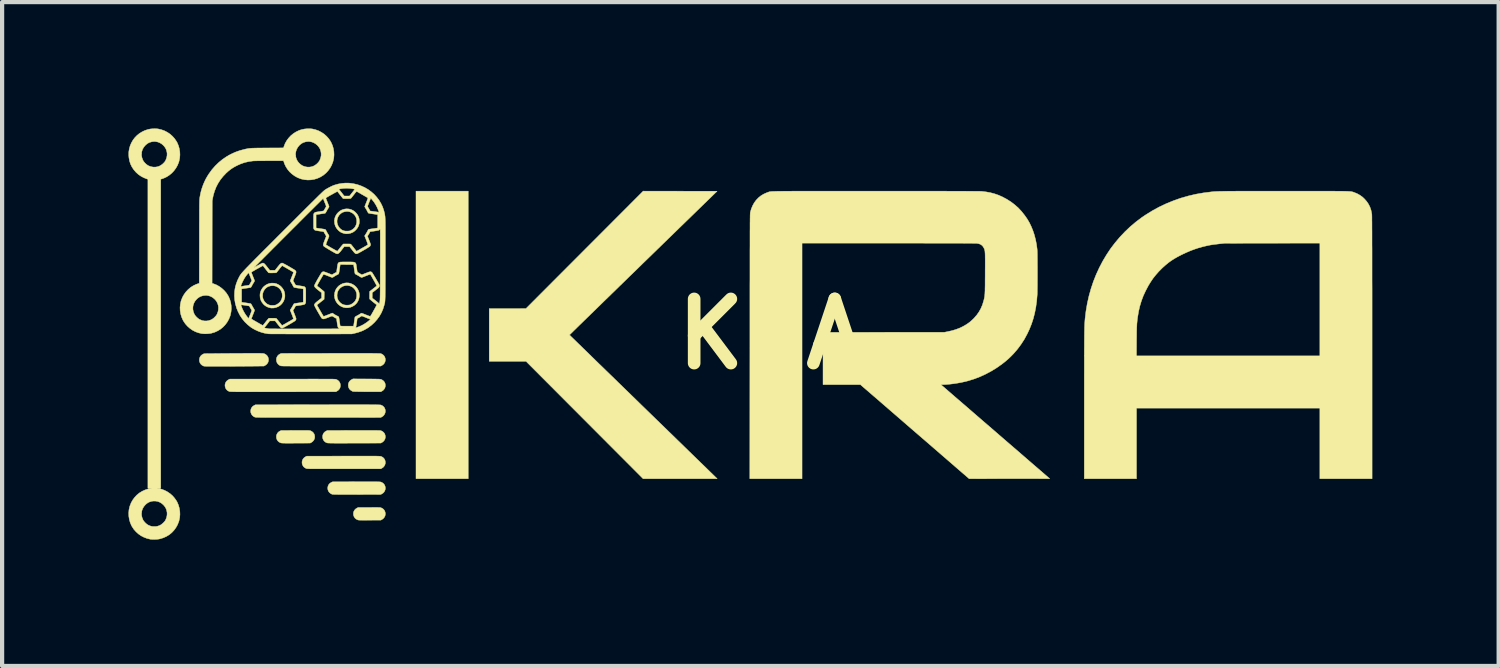
<source format=kicad_pcb>
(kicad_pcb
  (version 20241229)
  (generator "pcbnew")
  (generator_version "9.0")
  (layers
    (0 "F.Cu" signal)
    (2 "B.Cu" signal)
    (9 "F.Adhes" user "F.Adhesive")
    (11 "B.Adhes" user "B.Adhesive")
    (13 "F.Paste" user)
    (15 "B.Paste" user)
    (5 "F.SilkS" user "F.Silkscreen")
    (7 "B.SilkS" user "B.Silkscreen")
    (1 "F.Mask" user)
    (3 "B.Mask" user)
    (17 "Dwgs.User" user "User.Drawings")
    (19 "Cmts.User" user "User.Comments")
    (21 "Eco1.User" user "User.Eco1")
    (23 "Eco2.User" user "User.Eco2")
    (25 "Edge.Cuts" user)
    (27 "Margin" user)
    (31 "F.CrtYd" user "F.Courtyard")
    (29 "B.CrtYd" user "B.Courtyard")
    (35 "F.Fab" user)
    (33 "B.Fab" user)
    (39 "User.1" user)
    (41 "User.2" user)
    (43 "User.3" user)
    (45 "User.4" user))
  (footprint "KRA"
    (layer "F.Cu")
    (at 15.244 4.881)
    (property "Reference" "KRA" (at 0 0 0) (layer "F.SilkS") (effects (font (size 1.524 1.524) (thickness 0.3))))
    (attr through_hole)
    (fp_poly (pts (xy -7.178 3.434) (xy -8.418 3.434) (xy -8.418 -3.393) (xy -7.178 -3.393) (xy -7.178 3.434)) (stroke (width 0.01) (type solid)) (fill yes) (layer "F.SilkS"))
    (fp_poly (pts (xy -9.592 1.066) (xy -9.526 1.066) (xy -9.47 1.066) (xy -9.423 1.067) (xy -9.383 1.067) (xy -9.351 1.068) (xy -9.324 1.068) (xy -9.303 1.069) (xy -9.286 1.07) (xy -9.273 1.071) (xy -9.263 1.072) (xy -9.256 1.074) (xy -9.249 1.075) (xy -9.243 1.077) (xy -9.243 1.077) (xy -9.21 1.095) (xy -9.183 1.118) (xy -9.163 1.146) (xy -9.15 1.178) (xy -9.145 1.211) (xy -9.147 1.245) (xy -9.157 1.278) (xy -9.174 1.308) (xy -9.198 1.335) (xy -9.226 1.354) (xy -9.253 1.369) (xy -9.436 1.369) (xy -9.487 1.369) (xy -9.542 1.369) (xy -9.6 1.369) (xy -9.656 1.368) (xy -9.708 1.368) (xy -9.754 1.367) (xy -9.766 1.367) (xy -9.914 1.364) (xy -9.942 1.35) (xy -9.975 1.328) (xy -10.001 1.301) (xy -10.018 1.267) (xy -10.026 1.228) (xy -10.026 1.225) (xy -10.025 1.187) (xy -10.014 1.151) (xy -9.994 1.119) (xy -9.967 1.093) (xy -9.943 1.079) (xy -9.914 1.064) (xy -9.592 1.066)) (stroke (width 0.01) (type solid)) (fill yes) (layer "F.SilkS"))
    (fp_poly (pts (xy -9.351 4.115) (xy -9.325 4.116) (xy -9.304 4.116) (xy -9.287 4.117) (xy -9.275 4.118) (xy -9.265 4.119) (xy -9.257 4.121) (xy -9.251 4.123) (xy -9.245 4.125) (xy -9.21 4.142) (xy -9.183 4.166) (xy -9.163 4.194) (xy -9.151 4.226) (xy -9.145 4.259) (xy -9.147 4.293) (xy -9.157 4.326) (xy -9.174 4.356) (xy -9.198 4.383) (xy -9.226 4.402) (xy -9.253 4.417) (xy -9.517 4.418) (xy -9.576 4.418) (xy -9.626 4.419) (xy -9.667 4.419) (xy -9.7 4.418) (xy -9.727 4.418) (xy -9.749 4.418) (xy -9.765 4.417) (xy -9.778 4.416) (xy -9.788 4.415) (xy -9.795 4.413) (xy -9.802 4.411) (xy -9.807 4.409) (xy -9.841 4.391) (xy -9.867 4.368) (xy -9.887 4.339) (xy -9.899 4.308) (xy -9.905 4.275) (xy -9.903 4.241) (xy -9.894 4.209) (xy -9.877 4.179) (xy -9.853 4.153) (xy -9.821 4.132) (xy -9.821 4.132) (xy -9.792 4.117) (xy -9.532 4.116) (xy -9.474 4.116) (xy -9.425 4.115) (xy -9.384 4.115) (xy -9.351 4.115)) (stroke (width 0.01) (type solid)) (fill yes) (layer "F.SilkS"))
    (fp_poly (pts (xy -11.037 2.287) (xy -11.009 2.287) (xy -10.987 2.287) (xy -10.97 2.288) (xy -10.956 2.289) (xy -10.945 2.29) (xy -10.937 2.291) (xy -10.931 2.293) (xy -10.925 2.295) (xy -10.921 2.296) (xy -10.887 2.314) (xy -10.86 2.337) (xy -10.84 2.365) (xy -10.827 2.397) (xy -10.822 2.43) (xy -10.823 2.464) (xy -10.833 2.497) (xy -10.85 2.527) (xy -10.875 2.554) (xy -10.902 2.573) (xy -10.93 2.588) (xy -11.27 2.589) (xy -11.337 2.59) (xy -11.395 2.59) (xy -11.444 2.59) (xy -11.486 2.59) (xy -11.52 2.59) (xy -11.548 2.589) (xy -11.57 2.589) (xy -11.588 2.588) (xy -11.602 2.587) (xy -11.613 2.586) (xy -11.621 2.585) (xy -11.627 2.584) (xy -11.633 2.582) (xy -11.636 2.58) (xy -11.67 2.563) (xy -11.696 2.539) (xy -11.716 2.511) (xy -11.728 2.479) (xy -11.733 2.446) (xy -11.732 2.412) (xy -11.722 2.38) (xy -11.706 2.35) (xy -11.682 2.324) (xy -11.65 2.303) (xy -11.65 2.303) (xy -11.62 2.289) (xy -11.285 2.287) (xy -11.218 2.287) (xy -11.16 2.287) (xy -11.112 2.287) (xy -11.071 2.287) (xy -11.037 2.287)) (stroke (width 0.01) (type solid)) (fill yes) (layer "F.SilkS"))
    (fp_poly (pts (xy -9.442 3.506) (xy -9.402 3.506) (xy -9.369 3.506) (xy -9.342 3.507) (xy -9.319 3.507) (xy -9.301 3.508) (xy -9.286 3.508) (xy -9.275 3.509) (xy -9.266 3.51) (xy -9.259 3.511) (xy -9.253 3.512) (xy -9.249 3.514) (xy -9.244 3.515) (xy -9.21 3.533) (xy -9.183 3.556) (xy -9.163 3.585) (xy -9.151 3.616) (xy -9.145 3.649) (xy -9.147 3.683) (xy -9.157 3.716) (xy -9.174 3.747) (xy -9.198 3.773) (xy -9.226 3.792) (xy -9.253 3.807) (xy -9.822 3.809) (xy -9.91 3.809) (xy -9.989 3.809) (xy -10.059 3.809) (xy -10.12 3.809) (xy -10.173 3.809) (xy -10.219 3.809) (xy -10.259 3.809) (xy -10.292 3.808) (xy -10.32 3.808) (xy -10.343 3.808) (xy -10.361 3.807) (xy -10.376 3.806) (xy -10.388 3.806) (xy -10.397 3.805) (xy -10.403 3.804) (xy -10.409 3.802) (xy -10.413 3.801) (xy -10.417 3.8) (xy -10.45 3.782) (xy -10.477 3.758) (xy -10.497 3.73) (xy -10.509 3.698) (xy -10.514 3.665) (xy -10.512 3.632) (xy -10.503 3.599) (xy -10.487 3.569) (xy -10.463 3.543) (xy -10.431 3.522) (xy -10.43 3.522) (xy -10.401 3.508) (xy -9.837 3.506) (xy -9.749 3.506) (xy -9.67 3.506) (xy -9.601 3.506) (xy -9.54 3.506) (xy -9.487 3.506) (xy -9.442 3.506)) (stroke (width 0.01) (type solid)) (fill yes) (layer "F.SilkS"))
    (fp_poly (pts (xy -9.474 2.287) (xy -9.431 2.287) (xy -9.394 2.287) (xy -9.363 2.287) (xy -9.337 2.288) (xy -9.315 2.288) (xy -9.298 2.289) (xy -9.284 2.289) (xy -9.273 2.29) (xy -9.265 2.291) (xy -9.258 2.292) (xy -9.253 2.293) (xy -9.248 2.295) (xy -9.244 2.296) (xy -9.21 2.314) (xy -9.183 2.337) (xy -9.163 2.365) (xy -9.151 2.397) (xy -9.145 2.43) (xy -9.147 2.464) (xy -9.157 2.497) (xy -9.174 2.527) (xy -9.198 2.554) (xy -9.226 2.573) (xy -9.253 2.588) (xy -9.883 2.589) (xy -9.976 2.589) (xy -10.06 2.59) (xy -10.134 2.59) (xy -10.2 2.59) (xy -10.258 2.59) (xy -10.308 2.59) (xy -10.352 2.59) (xy -10.389 2.589) (xy -10.421 2.589) (xy -10.447 2.589) (xy -10.469 2.588) (xy -10.486 2.588) (xy -10.5 2.587) (xy -10.511 2.586) (xy -10.52 2.585) (xy -10.526 2.584) (xy -10.531 2.583) (xy -10.536 2.582) (xy -10.539 2.58) (xy -10.572 2.563) (xy -10.599 2.539) (xy -10.618 2.511) (xy -10.631 2.479) (xy -10.636 2.446) (xy -10.634 2.412) (xy -10.625 2.38) (xy -10.609 2.35) (xy -10.585 2.324) (xy -10.553 2.303) (xy -10.552 2.303) (xy -10.523 2.289) (xy -9.898 2.287) (xy -9.805 2.287) (xy -9.722 2.287) (xy -9.648 2.287) (xy -9.582 2.287) (xy -9.525 2.287) (xy -9.474 2.287)) (stroke (width 0.01) (type solid)) (fill yes) (layer "F.SilkS"))
    (fp_poly (pts (xy -12.173 0.458) (xy -12.139 0.458) (xy -12.11 0.458) (xy -12.087 0.459) (xy -12.069 0.459) (xy -12.054 0.46) (xy -12.044 0.461) (xy -12.035 0.462) (xy -12.028 0.464) (xy -12.022 0.466) (xy -12.018 0.467) (xy -11.984 0.485) (xy -11.957 0.508) (xy -11.937 0.537) (xy -11.924 0.568) (xy -11.919 0.601) (xy -11.921 0.635) (xy -11.93 0.668) (xy -11.947 0.698) (xy -11.972 0.725) (xy -12 0.744) (xy -12.027 0.759) (xy -12.388 0.763) (xy -12.46 0.763) (xy -12.541 0.764) (xy -12.626 0.764) (xy -12.713 0.765) (xy -12.802 0.765) (xy -12.888 0.766) (xy -12.97 0.766) (xy -13.046 0.766) (xy -13.094 0.766) (xy -13.161 0.766) (xy -13.22 0.766) (xy -13.27 0.766) (xy -13.312 0.766) (xy -13.346 0.766) (xy -13.375 0.766) (xy -13.398 0.765) (xy -13.416 0.764) (xy -13.43 0.764) (xy -13.441 0.762) (xy -13.449 0.761) (xy -13.456 0.76) (xy -13.461 0.758) (xy -13.465 0.757) (xy -13.498 0.739) (xy -13.525 0.715) (xy -13.544 0.687) (xy -13.557 0.656) (xy -13.562 0.622) (xy -13.56 0.589) (xy -13.551 0.556) (xy -13.535 0.526) (xy -13.511 0.5) (xy -13.479 0.48) (xy -13.478 0.479) (xy -13.449 0.465) (xy -13.094 0.462) (xy -13.021 0.461) (xy -12.941 0.46) (xy -12.856 0.46) (xy -12.768 0.459) (xy -12.679 0.459) (xy -12.592 0.459) (xy -12.51 0.458) (xy -12.434 0.458) (xy -12.392 0.458) (xy -12.324 0.458) (xy -12.265 0.458) (xy -12.215 0.458) (xy -12.173 0.458)) (stroke (width 0.01) (type solid)) (fill yes) (layer "F.SilkS"))
    (fp_poly (pts (xy -9.558 2.896) (xy -9.506 2.896) (xy -9.46 2.896) (xy -9.421 2.897) (xy -9.387 2.897) (xy -9.358 2.897) (xy -9.334 2.898) (xy -9.313 2.898) (xy -9.297 2.899) (xy -9.284 2.899) (xy -9.273 2.9) (xy -9.265 2.901) (xy -9.259 2.902) (xy -9.254 2.903) (xy -9.25 2.904) (xy -9.246 2.905) (xy -9.244 2.906) (xy -9.21 2.923) (xy -9.183 2.947) (xy -9.163 2.975) (xy -9.151 3.006) (xy -9.145 3.04) (xy -9.147 3.074) (xy -9.157 3.106) (xy -9.174 3.137) (xy -9.198 3.164) (xy -9.226 3.183) (xy -9.253 3.198) (xy -10.127 3.199) (xy -10.237 3.199) (xy -10.338 3.199) (xy -10.43 3.199) (xy -10.512 3.199) (xy -10.587 3.199) (xy -10.653 3.199) (xy -10.713 3.199) (xy -10.765 3.199) (xy -10.811 3.199) (xy -10.85 3.199) (xy -10.884 3.199) (xy -10.914 3.198) (xy -10.938 3.198) (xy -10.958 3.197) (xy -10.975 3.197) (xy -10.988 3.196) (xy -10.999 3.195) (xy -11.007 3.195) (xy -11.013 3.194) (xy -11.018 3.193) (xy -11.022 3.192) (xy -11.026 3.19) (xy -11.027 3.19) (xy -11.06 3.172) (xy -11.087 3.149) (xy -11.106 3.12) (xy -11.119 3.089) (xy -11.124 3.056) (xy -11.122 3.022) (xy -11.113 2.99) (xy -11.096 2.96) (xy -11.072 2.934) (xy -11.041 2.913) (xy -11.04 2.912) (xy -11.011 2.898) (xy -10.141 2.897) (xy -10.031 2.897) (xy -9.931 2.897) (xy -9.84 2.896) (xy -9.757 2.896) (xy -9.683 2.896) (xy -9.617 2.896) (xy -9.558 2.896)) (stroke (width 0.01) (type solid)) (fill yes) (layer "F.SilkS"))
    (fp_poly (pts (xy -9.667 0.458) (xy -9.605 0.458) (xy -9.55 0.458) (xy -9.501 0.458) (xy -9.458 0.458) (xy -9.421 0.459) (xy -9.388 0.459) (xy -9.36 0.459) (xy -9.336 0.46) (xy -9.316 0.46) (xy -9.3 0.461) (xy -9.286 0.461) (xy -9.276 0.462) (xy -9.267 0.462) (xy -9.26 0.463) (xy -9.255 0.464) (xy -9.251 0.465) (xy -9.248 0.466) (xy -9.245 0.467) (xy -9.244 0.467) (xy -9.21 0.485) (xy -9.183 0.508) (xy -9.163 0.537) (xy -9.151 0.568) (xy -9.145 0.601) (xy -9.147 0.635) (xy -9.157 0.668) (xy -9.174 0.699) (xy -9.198 0.725) (xy -9.226 0.744) (xy -9.253 0.759) (xy -10.432 0.76) (xy -10.561 0.761) (xy -10.68 0.761) (xy -10.79 0.761) (xy -10.891 0.761) (xy -10.983 0.761) (xy -11.067 0.761) (xy -11.144 0.761) (xy -11.213 0.761) (xy -11.275 0.761) (xy -11.33 0.761) (xy -11.379 0.761) (xy -11.422 0.76) (xy -11.46 0.76) (xy -11.493 0.76) (xy -11.521 0.759) (xy -11.545 0.759) (xy -11.565 0.759) (xy -11.582 0.758) (xy -11.595 0.758) (xy -11.606 0.757) (xy -11.614 0.756) (xy -11.621 0.755) (xy -11.626 0.755) (xy -11.63 0.754) (xy -11.633 0.753) (xy -11.636 0.752) (xy -11.67 0.734) (xy -11.696 0.71) (xy -11.716 0.682) (xy -11.728 0.65) (xy -11.733 0.617) (xy -11.732 0.584) (xy -11.722 0.551) (xy -11.706 0.521) (xy -11.682 0.495) (xy -11.651 0.474) (xy -11.65 0.474) (xy -11.62 0.46) (xy -10.446 0.458) (xy -10.317 0.458) (xy -10.198 0.458) (xy -10.089 0.458) (xy -9.988 0.458) (xy -9.896 0.458) (xy -9.812 0.458) (xy -9.736 0.458) (xy -9.667 0.458)) (stroke (width 0.01) (type solid)) (fill yes) (layer "F.SilkS"))
    (fp_poly (pts (xy -10.777 1.067) (xy -10.711 1.068) (xy -10.653 1.068) (xy -10.6 1.068) (xy -10.554 1.068) (xy -10.513 1.068) (xy -10.477 1.068) (xy -10.446 1.069) (xy -10.42 1.069) (xy -10.397 1.069) (xy -10.378 1.07) (xy -10.363 1.07) (xy -10.35 1.071) (xy -10.34 1.072) (xy -10.332 1.072) (xy -10.326 1.073) (xy -10.321 1.074) (xy -10.317 1.075) (xy -10.314 1.076) (xy -10.311 1.077) (xy -10.311 1.077) (xy -10.277 1.094) (xy -10.25 1.118) (xy -10.23 1.146) (xy -10.217 1.178) (xy -10.212 1.211) (xy -10.214 1.245) (xy -10.223 1.278) (xy -10.24 1.308) (xy -10.265 1.335) (xy -10.293 1.354) (xy -10.32 1.369) (xy -11.575 1.37) (xy -11.708 1.37) (xy -11.832 1.37) (xy -11.946 1.37) (xy -12.051 1.37) (xy -12.147 1.37) (xy -12.236 1.371) (xy -12.316 1.37) (xy -12.389 1.37) (xy -12.455 1.37) (xy -12.514 1.37) (xy -12.566 1.37) (xy -12.613 1.37) (xy -12.654 1.37) (xy -12.69 1.37) (xy -12.721 1.369) (xy -12.748 1.369) (xy -12.77 1.368) (xy -12.789 1.368) (xy -12.805 1.367) (xy -12.817 1.367) (xy -12.827 1.366) (xy -12.835 1.366) (xy -12.841 1.365) (xy -12.846 1.364) (xy -12.85 1.363) (xy -12.853 1.362) (xy -12.855 1.361) (xy -12.889 1.343) (xy -12.915 1.32) (xy -12.935 1.291) (xy -12.947 1.26) (xy -12.953 1.227) (xy -12.951 1.193) (xy -12.942 1.161) (xy -12.925 1.131) (xy -12.901 1.105) (xy -12.87 1.084) (xy -12.869 1.084) (xy -12.84 1.069) (xy -11.589 1.068) (xy -11.456 1.068) (xy -11.333 1.068) (xy -11.219 1.068) (xy -11.114 1.068) (xy -11.018 1.068) (xy -10.93 1.067) (xy -10.85 1.067) (xy -10.777 1.067)) (stroke (width 0.01) (type solid)) (fill yes) (layer "F.SilkS"))
    (fp_poly (pts (xy -10.016 -1.213) (xy -9.97 -1.202) (xy -9.921 -1.181) (xy -9.876 -1.152) (xy -9.838 -1.116) (xy -9.806 -1.074) (xy -9.782 -1.028) (xy -9.769 -0.986) (xy -9.762 -0.938) (xy -9.764 -0.889) (xy -9.774 -0.839) (xy -9.791 -0.792) (xy -9.809 -0.759) (xy -9.841 -0.718) (xy -9.88 -0.683) (xy -9.925 -0.656) (xy -9.973 -0.636) (xy -10.023 -0.625) (xy -10.075 -0.623) (xy -10.094 -0.625) (xy -10.146 -0.636) (xy -10.194 -0.656) (xy -10.238 -0.684) (xy -10.277 -0.719) (xy -10.308 -0.76) (xy -10.324 -0.789) (xy -10.341 -0.828) (xy -10.35 -0.865) (xy -10.354 -0.905) (xy -10.354 -0.917) (xy -10.292 -0.917) (xy -10.288 -0.868) (xy -10.274 -0.824) (xy -10.251 -0.784) (xy -10.219 -0.748) (xy -10.188 -0.722) (xy -10.155 -0.704) (xy -10.12 -0.693) (xy -10.08 -0.687) (xy -10.048 -0.687) (xy -10.023 -0.688) (xy -10.004 -0.69) (xy -9.989 -0.693) (xy -9.974 -0.699) (xy -9.961 -0.705) (xy -9.931 -0.722) (xy -9.902 -0.744) (xy -9.876 -0.77) (xy -9.857 -0.795) (xy -9.857 -0.796) (xy -9.837 -0.839) (xy -9.827 -0.885) (xy -9.825 -0.931) (xy -9.831 -0.978) (xy -9.847 -1.021) (xy -9.861 -1.047) (xy -9.89 -1.083) (xy -9.924 -1.113) (xy -9.963 -1.134) (xy -10.005 -1.148) (xy -10.049 -1.154) (xy -10.093 -1.151) (xy -10.136 -1.141) (xy -10.177 -1.123) (xy -10.214 -1.096) (xy -10.23 -1.08) (xy -10.259 -1.043) (xy -10.278 -1.002) (xy -10.289 -0.957) (xy -10.292 -0.917) (xy -10.354 -0.917) (xy -10.354 -0.924) (xy -10.349 -0.977) (xy -10.335 -1.026) (xy -10.313 -1.071) (xy -10.284 -1.111) (xy -10.249 -1.146) (xy -10.209 -1.174) (xy -10.165 -1.196) (xy -10.117 -1.21) (xy -10.068 -1.216) (xy -10.016 -1.213)) (stroke (width 0.01) (type solid)) (fill yes) (layer "F.SilkS"))
    (fp_poly (pts (xy -9.768 1.677) (xy -9.699 1.677) (xy -9.636 1.677) (xy -9.58 1.677) (xy -9.529 1.677) (xy -9.484 1.678) (xy -9.445 1.678) (xy -9.41 1.678) (xy -9.38 1.678) (xy -9.354 1.679) (xy -9.331 1.679) (xy -9.313 1.68) (xy -9.297 1.68) (xy -9.285 1.681) (xy -9.275 1.681) (xy -9.266 1.682) (xy -9.26 1.683) (xy -9.255 1.683) (xy -9.251 1.684) (xy -9.248 1.685) (xy -9.245 1.686) (xy -9.244 1.687) (xy -9.21 1.704) (xy -9.183 1.728) (xy -9.163 1.756) (xy -9.151 1.787) (xy -9.145 1.821) (xy -9.147 1.854) (xy -9.157 1.887) (xy -9.174 1.918) (xy -9.198 1.945) (xy -9.226 1.964) (xy -9.253 1.979) (xy -10.737 1.98) (xy -10.882 1.98) (xy -11.018 1.98) (xy -11.144 1.98) (xy -11.261 1.98) (xy -11.369 1.98) (xy -11.469 1.98) (xy -11.56 1.98) (xy -11.644 1.98) (xy -11.721 1.98) (xy -11.791 1.98) (xy -11.854 1.98) (xy -11.91 1.98) (xy -11.961 1.98) (xy -12.006 1.979) (xy -12.046 1.979) (xy -12.081 1.979) (xy -12.111 1.979) (xy -12.137 1.978) (xy -12.159 1.978) (xy -12.178 1.977) (xy -12.194 1.977) (xy -12.206 1.976) (xy -12.216 1.976) (xy -12.225 1.975) (xy -12.231 1.974) (xy -12.236 1.974) (xy -12.24 1.973) (xy -12.243 1.972) (xy -12.245 1.971) (xy -12.246 1.971) (xy -12.279 1.953) (xy -12.306 1.929) (xy -12.325 1.901) (xy -12.338 1.87) (xy -12.343 1.836) (xy -12.341 1.803) (xy -12.332 1.77) (xy -12.315 1.74) (xy -12.292 1.714) (xy -12.26 1.694) (xy -12.259 1.693) (xy -12.23 1.679) (xy -10.751 1.678) (xy -10.606 1.678) (xy -10.47 1.677) (xy -10.345 1.677) (xy -10.228 1.677) (xy -10.12 1.677) (xy -10.02 1.677) (xy -9.929 1.677) (xy -9.845 1.677) (xy -9.768 1.677)) (stroke (width 0.01) (type solid)) (fill yes) (layer "F.SilkS"))
    (fp_poly (pts (xy -1.271 -3.391) (xy -3.023 -1.687) (xy -3.135 -1.577) (xy -3.246 -1.469) (xy -3.355 -1.364) (xy -3.461 -1.26) (xy -3.565 -1.159) (xy -3.666 -1.06) (xy -3.764 -0.965) (xy -3.859 -0.872) (xy -3.951 -0.783) (xy -4.039 -0.697) (xy -4.123 -0.615) (xy -4.203 -0.537) (xy -4.279 -0.463) (xy -4.35 -0.394) (xy -4.417 -0.329) (xy -4.478 -0.269) (xy -4.535 -0.214) (xy -4.586 -0.164) (xy -4.631 -0.119) (xy -4.671 -0.081) (xy -4.704 -0.048) (xy -4.731 -0.021) (xy -4.752 -0.001) (xy -4.766 0.013) (xy -4.773 0.02) (xy -4.774 0.021) (xy -4.77 0.025) (xy -4.759 0.035) (xy -4.742 0.053) (xy -4.718 0.076) (xy -4.687 0.106) (xy -4.65 0.142) (xy -4.608 0.183) (xy -4.559 0.231) (xy -4.505 0.283) (xy -4.446 0.341) (xy -4.382 0.403) (xy -4.313 0.47) (xy -4.24 0.542) (xy -4.162 0.618) (xy -4.08 0.698) (xy -3.994 0.781) (xy -3.904 0.869) (xy -3.811 0.959) (xy -3.714 1.053) (xy -3.615 1.15) (xy -3.513 1.249) (xy -3.408 1.351) (xy -3.301 1.455) (xy -3.192 1.561) (xy -3.081 1.67) (xy -3.056 1.694) (xy -2.944 1.803) (xy -2.834 1.91) (xy -2.726 2.015) (xy -2.62 2.118) (xy -2.516 2.219) (xy -2.415 2.317) (xy -2.317 2.412) (xy -2.222 2.505) (xy -2.13 2.594) (xy -2.042 2.68) (xy -1.958 2.762) (xy -1.878 2.84) (xy -1.802 2.914) (xy -1.73 2.984) (xy -1.663 3.049) (xy -1.601 3.109) (xy -1.544 3.164) (xy -1.493 3.214) (xy -1.447 3.259) (xy -1.407 3.298) (xy -1.373 3.331) (xy -1.346 3.357) (xy -1.325 3.378) (xy -1.311 3.392) (xy -1.304 3.399) (xy -1.303 3.399) (xy -1.268 3.434) (xy -3.026 3.434) (xy -5.808 0.645) (xy -6.68 0.645) (xy -6.68 -0.605) (xy -5.809 -0.604) (xy -3.025 -3.394) (xy -1.271 -3.391)) (stroke (width 0.01) (type solid)) (fill yes) (layer "F.SilkS"))
    (fp_poly (pts (xy -11.778 -1.207) (xy -11.728 -1.195) (xy -11.682 -1.173) (xy -11.639 -1.143) (xy -11.617 -1.123) (xy -11.582 -1.081) (xy -11.555 -1.036) (xy -11.539 -0.988) (xy -11.531 -0.935) (xy -11.53 -0.915) (xy -11.532 -0.874) (xy -11.54 -0.837) (xy -11.554 -0.798) (xy -11.561 -0.782) (xy -11.582 -0.746) (xy -11.611 -0.711) (xy -11.645 -0.68) (xy -11.682 -0.655) (xy -11.695 -0.649) (xy -11.746 -0.629) (xy -11.797 -0.619) (xy -11.848 -0.618) (xy -11.868 -0.62) (xy -11.921 -0.633) (xy -11.969 -0.654) (xy -12.014 -0.685) (xy -12.043 -0.713) (xy -12.077 -0.757) (xy -12.102 -0.804) (xy -12.117 -0.855) (xy -12.122 -0.909) (xy -12.122 -0.914) (xy -12.122 -0.926) (xy -12.061 -0.926) (xy -12.059 -0.881) (xy -12.048 -0.836) (xy -12.028 -0.794) (xy -12.024 -0.787) (xy -12.008 -0.765) (xy -11.987 -0.744) (xy -11.966 -0.724) (xy -11.946 -0.71) (xy -11.943 -0.709) (xy -11.916 -0.696) (xy -11.893 -0.688) (xy -11.868 -0.683) (xy -11.839 -0.682) (xy -11.819 -0.682) (xy -11.793 -0.683) (xy -11.774 -0.685) (xy -11.759 -0.687) (xy -11.745 -0.692) (xy -11.73 -0.699) (xy -11.687 -0.725) (xy -11.651 -0.757) (xy -11.624 -0.795) (xy -11.604 -0.838) (xy -11.594 -0.885) (xy -11.593 -0.914) (xy -11.597 -0.964) (xy -11.611 -1.009) (xy -11.633 -1.05) (xy -11.664 -1.085) (xy -11.701 -1.114) (xy -11.746 -1.136) (xy -11.753 -1.138) (xy -11.793 -1.147) (xy -11.836 -1.148) (xy -11.879 -1.143) (xy -11.92 -1.13) (xy -11.947 -1.117) (xy -11.985 -1.088) (xy -12.016 -1.053) (xy -12.039 -1.013) (xy -12.054 -0.971) (xy -12.061 -0.926) (xy -12.122 -0.926) (xy -12.12 -0.957) (xy -12.111 -0.996) (xy -12.096 -1.037) (xy -12.092 -1.045) (xy -12.065 -1.09) (xy -12.03 -1.129) (xy -11.989 -1.161) (xy -11.944 -1.186) (xy -11.894 -1.203) (xy -11.843 -1.21) (xy -11.832 -1.21) (xy -11.778 -1.207)) (stroke (width 0.01) (type solid)) (fill yes) (layer "F.SilkS"))
    (fp_poly (pts (xy -10.01 -2.97) (xy -9.96 -2.957) (xy -9.914 -2.936) (xy -9.871 -2.905) (xy -9.85 -2.885) (xy -9.814 -2.844) (xy -9.788 -2.799) (xy -9.771 -2.751) (xy -9.763 -2.698) (xy -9.762 -2.678) (xy -9.764 -2.637) (xy -9.772 -2.6) (xy -9.786 -2.561) (xy -9.793 -2.545) (xy -9.815 -2.509) (xy -9.844 -2.474) (xy -9.878 -2.443) (xy -9.914 -2.418) (xy -9.927 -2.412) (xy -9.978 -2.392) (xy -10.03 -2.382) (xy -10.08 -2.381) (xy -10.1 -2.383) (xy -10.153 -2.396) (xy -10.202 -2.417) (xy -10.246 -2.448) (xy -10.275 -2.476) (xy -10.309 -2.52) (xy -10.334 -2.567) (xy -10.349 -2.617) (xy -10.355 -2.672) (xy -10.355 -2.677) (xy -10.354 -2.689) (xy -10.293 -2.689) (xy -10.291 -2.644) (xy -10.28 -2.599) (xy -10.26 -2.556) (xy -10.256 -2.55) (xy -10.24 -2.528) (xy -10.22 -2.506) (xy -10.198 -2.487) (xy -10.178 -2.473) (xy -10.175 -2.471) (xy -10.149 -2.459) (xy -10.125 -2.451) (xy -10.1 -2.446) (xy -10.071 -2.445) (xy -10.051 -2.445) (xy -10.025 -2.446) (xy -10.006 -2.447) (xy -9.991 -2.45) (xy -9.977 -2.455) (xy -9.962 -2.462) (xy -9.919 -2.487) (xy -9.883 -2.519) (xy -9.856 -2.557) (xy -9.837 -2.6) (xy -9.826 -2.648) (xy -9.825 -2.677) (xy -9.829 -2.727) (xy -9.843 -2.772) (xy -9.866 -2.813) (xy -9.896 -2.848) (xy -9.934 -2.877) (xy -9.978 -2.898) (xy -9.985 -2.901) (xy -10.025 -2.91) (xy -10.068 -2.911) (xy -10.111 -2.905) (xy -10.152 -2.893) (xy -10.18 -2.879) (xy -10.217 -2.85) (xy -10.248 -2.816) (xy -10.271 -2.776) (xy -10.286 -2.734) (xy -10.293 -2.689) (xy -10.354 -2.689) (xy -10.352 -2.72) (xy -10.344 -2.759) (xy -10.328 -2.8) (xy -10.324 -2.808) (xy -10.297 -2.852) (xy -10.262 -2.891) (xy -10.221 -2.924) (xy -10.176 -2.949) (xy -10.126 -2.965) (xy -10.075 -2.973) (xy -10.064 -2.973) (xy -10.01 -2.97)) (stroke (width 0.01) (type solid)) (fill yes) (layer "F.SilkS"))
    (fp_poly (pts (xy -14.572 -4.874) (xy -14.537 -4.87) (xy -14.461 -4.852) (xy -14.389 -4.826) (xy -14.32 -4.79) (xy -14.257 -4.748) (xy -14.2 -4.697) (xy -14.149 -4.64) (xy -14.106 -4.577) (xy -14.087 -4.544) (xy -14.058 -4.475) (xy -14.037 -4.403) (xy -14.025 -4.328) (xy -14.022 -4.253) (xy -14.028 -4.178) (xy -14.043 -4.105) (xy -14.051 -4.078) (xy -14.08 -4.006) (xy -14.118 -3.939) (xy -14.163 -3.878) (xy -14.215 -3.822) (xy -14.273 -3.774) (xy -14.336 -3.733) (xy -14.404 -3.701) (xy -14.441 -3.688) (xy -14.478 -3.676) (xy -14.478 3.658) (xy -14.572 3.659) (xy -14.529 3.666) (xy -14.456 3.683) (xy -14.386 3.71) (xy -14.319 3.745) (xy -14.256 3.788) (xy -14.199 3.838) (xy -14.149 3.895) (xy -14.106 3.957) (xy -14.087 3.99) (xy -14.058 4.059) (xy -14.037 4.132) (xy -14.025 4.206) (xy -14.022 4.282) (xy -14.028 4.357) (xy -14.043 4.43) (xy -14.051 4.456) (xy -14.081 4.53) (xy -14.119 4.598) (xy -14.165 4.66) (xy -14.218 4.716) (xy -14.277 4.764) (xy -14.343 4.804) (xy -14.414 4.836) (xy -14.49 4.86) (xy -14.508 4.864) (xy -14.539 4.869) (xy -14.576 4.873) (xy -14.617 4.874) (xy -14.658 4.875) (xy -14.696 4.873) (xy -14.728 4.87) (xy -14.731 4.869) (xy -14.806 4.851) (xy -14.878 4.823) (xy -14.946 4.788) (xy -15.009 4.744) (xy -15.065 4.693) (xy -15.116 4.636) (xy -15.158 4.572) (xy -15.174 4.544) (xy -15.203 4.475) (xy -15.224 4.402) (xy -15.236 4.327) (xy -15.239 4.251) (xy -15.238 4.244) (xy -14.934 4.244) (xy -14.933 4.297) (xy -14.923 4.35) (xy -14.903 4.401) (xy -14.899 4.411) (xy -14.879 4.442) (xy -14.852 4.473) (xy -14.822 4.502) (xy -14.79 4.526) (xy -14.767 4.539) (xy -14.713 4.56) (xy -14.659 4.57) (xy -14.605 4.57) (xy -14.557 4.562) (xy -14.514 4.548) (xy -14.476 4.529) (xy -14.44 4.502) (xy -14.416 4.48) (xy -14.393 4.456) (xy -14.376 4.435) (xy -14.363 4.413) (xy -14.359 4.404) (xy -14.338 4.35) (xy -14.328 4.296) (xy -14.327 4.242) (xy -14.336 4.194) (xy -14.35 4.15) (xy -14.37 4.111) (xy -14.397 4.075) (xy -14.417 4.053) (xy -14.459 4.017) (xy -14.506 3.99) (xy -14.556 3.972) (xy -14.608 3.964) (xy -14.662 3.965) (xy -14.704 3.972) (xy -14.748 3.987) (xy -14.786 4.006) (xy -14.822 4.033) (xy -14.844 4.054) (xy -14.88 4.096) (xy -14.907 4.143) (xy -14.925 4.192) (xy -14.934 4.244) (xy -15.238 4.244) (xy -15.233 4.176) (xy -15.217 4.102) (xy -15.209 4.077) (xy -15.18 4.004) (xy -15.142 3.937) (xy -15.096 3.875) (xy -15.044 3.82) (xy -14.985 3.772) (xy -14.92 3.732) (xy -14.85 3.7) (xy -14.776 3.676) (xy -14.699 3.661) (xy -14.697 3.66) (xy -14.704 3.659) (xy -14.718 3.659) (xy -14.733 3.658) (xy -14.783 3.658) (xy -14.783 -0.009) (xy -14.783 -3.676) (xy -14.818 -3.687) (xy -14.882 -3.713) (xy -14.946 -3.747) (xy -15.006 -3.788) (xy -15.059 -3.835) (xy -15.07 -3.846) (xy -15.121 -3.906) (xy -15.163 -3.97) (xy -15.196 -4.038) (xy -15.219 -4.11) (xy -15.233 -4.187) (xy -15.238 -4.247) (xy -15.237 -4.29) (xy -14.934 -4.29) (xy -14.933 -4.238) (xy -14.923 -4.185) (xy -14.903 -4.133) (xy -14.899 -4.123) (xy -14.879 -4.092) (xy -14.852 -4.061) (xy -14.822 -4.032) (xy -14.79 -4.009) (xy -14.767 -3.995) (xy -14.713 -3.975) (xy -14.659 -3.965) (xy -14.605 -3.964) (xy -14.557 -3.972) (xy -14.514 -3.986) (xy -14.476 -4.006) (xy -14.44 -4.032) (xy -14.416 -4.054) (xy -14.393 -4.078) (xy -14.376 -4.1) (xy -14.363 -4.122) (xy -14.359 -4.131) (xy -14.338 -4.185) (xy -14.328 -4.239) (xy -14.327 -4.293) (xy -14.336 -4.34) (xy -14.35 -4.384) (xy -14.37 -4.423) (xy -14.397 -4.459) (xy -14.417 -4.481) (xy -14.459 -4.517) (xy -14.506 -4.544) (xy -14.556 -4.562) (xy -14.608 -4.571) (xy -14.662 -4.57) (xy -14.704 -4.562) (xy -14.748 -4.548) (xy -14.786 -4.528) (xy -14.822 -4.501) (xy -14.844 -4.481) (xy -14.88 -4.438) (xy -14.907 -4.392) (xy -14.925 -4.342) (xy -14.934 -4.29) (xy -15.237 -4.29) (xy -15.237 -4.323) (xy -15.225 -4.398) (xy -15.205 -4.469) (xy -15.176 -4.537) (xy -15.14 -4.601) (xy -15.096 -4.66) (xy -15.045 -4.713) (xy -14.988 -4.76) (xy -14.924 -4.8) (xy -14.856 -4.833) (xy -14.783 -4.857) (xy -14.762 -4.862) (xy -14.719 -4.87) (xy -14.67 -4.874) (xy -14.62 -4.876) (xy -14.572 -4.874)) (stroke (width 0.01) (type solid)) (fill yes) (layer "F.SilkS"))
    (fp_poly (pts (xy 12.858 -3.393) (xy 12.962 -3.393) (xy 13.057 -3.393) (xy 13.145 -3.393) (xy 13.225 -3.393) (xy 13.298 -3.393) (xy 13.365 -3.393) (xy 13.425 -3.392) (xy 13.48 -3.392) (xy 13.529 -3.392) (xy 13.572 -3.391) (xy 13.611 -3.391) (xy 13.645 -3.39) (xy 13.675 -3.389) (xy 13.701 -3.388) (xy 13.724 -3.387) (xy 13.743 -3.386) (xy 13.76 -3.385) (xy 13.774 -3.383) (xy 13.786 -3.382) (xy 13.797 -3.38) (xy 13.806 -3.378) (xy 13.814 -3.376) (xy 13.821 -3.374) (xy 13.828 -3.372) (xy 13.835 -3.37) (xy 13.843 -3.367) (xy 13.851 -3.364) (xy 13.854 -3.363) (xy 13.925 -3.334) (xy 13.99 -3.298) (xy 14.051 -3.254) (xy 14.097 -3.211) (xy 14.15 -3.151) (xy 14.194 -3.087) (xy 14.228 -3.019) (xy 14.254 -2.946) (xy 14.27 -2.868) (xy 14.275 -2.834) (xy 14.275 -2.826) (xy 14.275 -2.808) (xy 14.276 -2.781) (xy 14.276 -2.746) (xy 14.276 -2.701) (xy 14.277 -2.647) (xy 14.277 -2.584) (xy 14.277 -2.511) (xy 14.278 -2.429) (xy 14.278 -2.338) (xy 14.278 -2.238) (xy 14.278 -2.128) (xy 14.279 -2.008) (xy 14.279 -1.879) (xy 14.279 -1.74) (xy 14.279 -1.592) (xy 14.279 -1.434) (xy 14.279 -1.266) (xy 14.28 -1.088) (xy 14.28 -0.9) (xy 14.28 -0.703) (xy 14.28 -0.496) (xy 14.28 -0.278) (xy 14.28 -0.051) (xy 14.28 0.186) (xy 14.28 0.326) (xy 14.28 3.434) (xy 13.04 3.434) (xy 13.04 1.758) (xy 8.687 1.758) (xy 8.687 3.434) (xy 7.447 3.434) (xy 7.447 1.69) (xy 7.447 1.527) (xy 7.447 1.372) (xy 7.447 1.228) (xy 7.447 1.092) (xy 7.447 0.966) (xy 7.448 0.848) (xy 7.448 0.738) (xy 7.448 0.635) (xy 7.448 0.541) (xy 7.448 0.518) (xy 8.686 0.518) (xy 13.04 0.518) (xy 13.04 -2.159) (xy 11.911 -2.158) (xy 10.782 -2.156) (xy 10.658 -2.143) (xy 10.593 -2.135) (xy 10.536 -2.128) (xy 10.484 -2.121) (xy 10.436 -2.113) (xy 10.389 -2.104) (xy 10.341 -2.093) (xy 10.289 -2.081) (xy 10.239 -2.068) (xy 10.144 -2.041) (xy 10.05 -2.009) (xy 9.954 -1.973) (xy 9.856 -1.93) (xy 9.752 -1.881) (xy 9.743 -1.876) (xy 9.658 -1.832) (xy 9.58 -1.787) (xy 9.509 -1.741) (xy 9.441 -1.692) (xy 9.376 -1.638) (xy 9.31 -1.579) (xy 9.285 -1.555) (xy 9.209 -1.478) (xy 9.142 -1.401) (xy 9.08 -1.323) (xy 9.024 -1.24) (xy 8.969 -1.151) (xy 8.965 -1.143) (xy 8.902 -1.023) (xy 8.847 -0.904) (xy 8.802 -0.783) (xy 8.765 -0.66) (xy 8.736 -0.532) (xy 8.714 -0.399) (xy 8.71 -0.371) (xy 8.706 -0.341) (xy 8.703 -0.312) (xy 8.701 -0.285) (xy 8.698 -0.258) (xy 8.696 -0.23) (xy 8.695 -0.2) (xy 8.693 -0.167) (xy 8.692 -0.13) (xy 8.691 -0.088) (xy 8.69 -0.04) (xy 8.69 0.014) (xy 8.689 0.077) (xy 8.688 0.149) (xy 8.688 0.164) (xy 8.686 0.518) (xy 7.448 0.518) (xy 7.448 0.453) (xy 7.448 0.372) (xy 7.449 0.297) (xy 7.449 0.229) (xy 7.449 0.166) (xy 7.45 0.108) (xy 7.45 0.056) (xy 7.451 0.008) (xy 7.451 -0.035) (xy 7.452 -0.074) (xy 7.453 -0.11) (xy 7.453 -0.142) (xy 7.454 -0.171) (xy 7.455 -0.198) (xy 7.456 -0.222) (xy 7.457 -0.244) (xy 7.458 -0.265) (xy 7.46 -0.285) (xy 7.461 -0.303) (xy 7.462 -0.321) (xy 7.464 -0.338) (xy 7.465 -0.356) (xy 7.487 -0.541) (xy 7.518 -0.723) (xy 7.558 -0.902) (xy 7.607 -1.077) (xy 7.664 -1.248) (xy 7.73 -1.414) (xy 7.804 -1.575) (xy 7.886 -1.732) (xy 7.976 -1.883) (xy 8.073 -2.029) (xy 8.179 -2.168) (xy 8.291 -2.301) (xy 8.411 -2.428) (xy 8.537 -2.548) (xy 8.671 -2.661) (xy 8.811 -2.767) (xy 8.9 -2.827) (xy 9.059 -2.926) (xy 9.222 -3.015) (xy 9.39 -3.095) (xy 9.561 -3.165) (xy 9.736 -3.227) (xy 9.914 -3.278) (xy 10.096 -3.321) (xy 10.282 -3.353) (xy 10.457 -3.375) (xy 10.475 -3.377) (xy 10.492 -3.379) (xy 10.509 -3.38) (xy 10.526 -3.382) (xy 10.544 -3.383) (xy 10.563 -3.384) (xy 10.584 -3.385) (xy 10.606 -3.386) (xy 10.631 -3.387) (xy 10.658 -3.388) (xy 10.689 -3.389) (xy 10.722 -3.389) (xy 10.759 -3.39) (xy 10.801 -3.391) (xy 10.846 -3.391) (xy 10.897 -3.392) (xy 10.953 -3.392) (xy 11.014 -3.392) (xy 11.082 -3.393) (xy 11.155 -3.393) (xy 11.235 -3.393) (xy 11.323 -3.393) (xy 11.418 -3.393) (xy 11.52 -3.393) (xy 11.631 -3.393) (xy 11.75 -3.393) (xy 11.879 -3.393) (xy 12.016 -3.393) (xy 12.164 -3.393) (xy 12.208 -3.393) (xy 12.357 -3.393) (xy 12.496 -3.393) (xy 12.626 -3.393) (xy 12.746 -3.393) (xy 12.858 -3.393)) (stroke (width 0.01) (type solid)) (fill yes) (layer "F.SilkS"))
    (fp_poly (pts (xy 1.745 -3.393) (xy 1.902 -3.393) (xy 2.069 -3.393) (xy 2.246 -3.393) (xy 2.432 -3.393) (xy 2.506 -3.393) (xy 2.724 -3.393) (xy 2.931 -3.393) (xy 3.128 -3.393) (xy 3.316 -3.393) (xy 3.493 -3.393) (xy 3.66 -3.393) (xy 3.817 -3.393) (xy 3.965 -3.393) (xy 4.102 -3.393) (xy 4.23 -3.392) (xy 4.347 -3.392) (xy 4.456 -3.392) (xy 4.554 -3.392) (xy 4.643 -3.391) (xy 4.722 -3.391) (xy 4.791 -3.391) (xy 4.851 -3.39) (xy 4.901 -3.39) (xy 4.942 -3.39) (xy 4.973 -3.389) (xy 4.995 -3.389) (xy 5.007 -3.388) (xy 5.009 -3.388) (xy 5.119 -3.375) (xy 5.222 -3.356) (xy 5.319 -3.33) (xy 5.411 -3.298) (xy 5.501 -3.258) (xy 5.511 -3.253) (xy 5.615 -3.197) (xy 5.711 -3.135) (xy 5.8 -3.067) (xy 5.883 -2.993) (xy 5.96 -2.91) (xy 6.032 -2.819) (xy 6.091 -2.735) (xy 6.142 -2.649) (xy 6.187 -2.556) (xy 6.228 -2.456) (xy 6.263 -2.351) (xy 6.291 -2.242) (xy 6.313 -2.13) (xy 6.328 -2.017) (xy 6.329 -2.002) (xy 6.33 -1.986) (xy 6.331 -1.961) (xy 6.332 -1.928) (xy 6.333 -1.887) (xy 6.333 -1.84) (xy 6.334 -1.787) (xy 6.334 -1.73) (xy 6.334 -1.669) (xy 6.335 -1.605) (xy 6.335 -1.538) (xy 6.335 -1.471) (xy 6.335 -1.404) (xy 6.335 -1.337) (xy 6.334 -1.272) (xy 6.334 -1.21) (xy 6.334 -1.151) (xy 6.333 -1.097) (xy 6.332 -1.048) (xy 6.332 -1.005) (xy 6.331 -0.969) (xy 6.33 -0.941) (xy 6.329 -0.926) (xy 6.317 -0.777) (xy 6.297 -0.635) (xy 6.27 -0.497) (xy 6.236 -0.365) (xy 6.193 -0.235) (xy 6.142 -0.108) (xy 6.091 0.000113) (xy 6.023 0.125) (xy 5.946 0.244) (xy 5.861 0.358) (xy 5.768 0.466) (xy 5.736 0.499) (xy 5.685 0.55) (xy 5.637 0.595) (xy 5.588 0.637) (xy 5.535 0.68) (xy 5.504 0.704) (xy 5.375 0.796) (xy 5.242 0.878) (xy 5.105 0.951) (xy 4.966 1.015) (xy 4.822 1.069) (xy 4.674 1.114) (xy 4.53 1.148) (xy 4.446 1.163) (xy 4.358 1.177) (xy 4.268 1.188) (xy 4.182 1.196) (xy 4.101 1.2) (xy 4.088 1.2) (xy 4.044 1.201) (xy 6.626 3.432) (xy 5.67 3.433) (xy 4.714 3.434) (xy 2.131 1.199) (xy 1.245 1.199) (xy 1.245 -0.041) (xy 2.686 -0.042) (xy 4.128 -0.043) (xy 4.199 -0.057) (xy 4.302 -0.08) (xy 4.397 -0.108) (xy 4.485 -0.141) (xy 4.566 -0.18) (xy 4.643 -0.224) (xy 4.653 -0.231) (xy 4.7 -0.263) (xy 4.742 -0.295) (xy 4.782 -0.331) (xy 4.825 -0.372) (xy 4.835 -0.383) (xy 4.897 -0.455) (xy 4.95 -0.531) (xy 4.995 -0.612) (xy 5.031 -0.698) (xy 5.057 -0.785) (xy 5.063 -0.807) (xy 5.068 -0.826) (xy 5.072 -0.845) (xy 5.076 -0.863) (xy 5.079 -0.881) (xy 5.082 -0.899) (xy 5.084 -0.92) (xy 5.086 -0.942) (xy 5.088 -0.968) (xy 5.089 -0.997) (xy 5.091 -1.031) (xy 5.091 -1.07) (xy 5.092 -1.115) (xy 5.093 -1.167) (xy 5.093 -1.226) (xy 5.093 -1.293) (xy 5.094 -1.369) (xy 5.094 -1.44) (xy 5.094 -1.526) (xy 5.095 -1.602) (xy 5.095 -1.669) (xy 5.095 -1.727) (xy 5.095 -1.779) (xy 5.094 -1.823) (xy 5.094 -1.861) (xy 5.093 -1.893) (xy 5.092 -1.92) (xy 5.09 -1.943) (xy 5.089 -1.962) (xy 5.086 -1.978) (xy 5.084 -1.991) (xy 5.081 -2.003) (xy 5.077 -2.014) (xy 5.073 -2.023) (xy 5.069 -2.034) (xy 5.065 -2.041) (xy 5.043 -2.079) (xy 5.016 -2.108) (xy 4.983 -2.13) (xy 4.944 -2.145) (xy 4.898 -2.153) (xy 4.892 -2.154) (xy 4.882 -2.154) (xy 4.863 -2.155) (xy 4.834 -2.155) (xy 4.795 -2.155) (xy 4.747 -2.156) (xy 4.691 -2.156) (xy 4.625 -2.156) (xy 4.551 -2.157) (xy 4.469 -2.157) (xy 4.378 -2.157) (xy 4.28 -2.157) (xy 4.174 -2.158) (xy 4.061 -2.158) (xy 3.94 -2.158) (xy 3.813 -2.158) (xy 3.679 -2.158) (xy 3.538 -2.159) (xy 3.391 -2.159) (xy 3.239 -2.159) (xy 3.08 -2.159) (xy 2.916 -2.159) (xy 2.793 -2.159) (xy 0.747 -2.159) (xy 0.747 3.434) (xy -0.493 3.434) (xy -0.491 0.291) (xy -0.491 0.076) (xy -0.491 -0.128) (xy -0.491 -0.323) (xy -0.491 -0.508) (xy -0.491 -0.685) (xy -0.491 -0.852) (xy -0.491 -1.01) (xy -0.491 -1.16) (xy -0.49 -1.302) (xy -0.49 -1.436) (xy -0.49 -1.562) (xy -0.49 -1.68) (xy -0.49 -1.791) (xy -0.49 -1.895) (xy -0.49 -1.992) (xy -0.489 -2.082) (xy -0.489 -2.167) (xy -0.489 -2.245) (xy -0.489 -2.317) (xy -0.489 -2.383) (xy -0.489 -2.444) (xy -0.488 -2.5) (xy -0.488 -2.551) (xy -0.488 -2.597) (xy -0.488 -2.639) (xy -0.487 -2.676) (xy -0.487 -2.71) (xy -0.487 -2.74) (xy -0.486 -2.766) (xy -0.486 -2.789) (xy -0.486 -2.809) (xy -0.485 -2.826) (xy -0.485 -2.84) (xy -0.484 -2.853) (xy -0.484 -2.863) (xy -0.483 -2.871) (xy -0.483 -2.877) (xy -0.482 -2.883) (xy -0.482 -2.887) (xy -0.481 -2.89) (xy -0.481 -2.89) (xy -0.458 -2.972) (xy -0.427 -3.047) (xy -0.389 -3.116) (xy -0.343 -3.179) (xy -0.291 -3.234) (xy -0.232 -3.282) (xy -0.167 -3.322) (xy -0.096 -3.354) (xy -0.072 -3.363) (xy -0.066 -3.365) (xy -0.06 -3.367) (xy -0.054 -3.37) (xy -0.049 -3.371) (xy -0.044 -3.373) (xy -0.039 -3.375) (xy -0.033 -3.377) (xy -0.026 -3.378) (xy -0.019 -3.38) (xy -0.01 -3.381) (xy 0.001 -3.382) (xy 0.014 -3.384) (xy 0.029 -3.385) (xy 0.046 -3.386) (xy 0.066 -3.387) (xy 0.089 -3.387) (xy 0.115 -3.388) (xy 0.145 -3.389) (xy 0.179 -3.39) (xy 0.217 -3.39) (xy 0.259 -3.391) (xy 0.305 -3.391) (xy 0.357 -3.392) (xy 0.414 -3.392) (xy 0.476 -3.392) (xy 0.544 -3.393) (xy 0.618 -3.393) (xy 0.698 -3.393) (xy 0.784 -3.393) (xy 0.878 -3.393) (xy 0.978 -3.393) (xy 1.086 -3.393) (xy 1.202 -3.393) (xy 1.325 -3.393) (xy 1.456 -3.393) (xy 1.596 -3.393) (xy 1.745 -3.393)) (stroke (width 0.01) (type solid)) (fill yes) (layer "F.SilkS"))
    (fp_poly (pts (xy -10.932 -4.875) (xy -10.879 -4.87) (xy -10.803 -4.852) (xy -10.731 -4.826) (xy -10.663 -4.79) (xy -10.599 -4.748) (xy -10.542 -4.697) (xy -10.491 -4.64) (xy -10.448 -4.577) (xy -10.43 -4.544) (xy -10.4 -4.475) (xy -10.379 -4.403) (xy -10.367 -4.328) (xy -10.364 -4.253) (xy -10.37 -4.178) (xy -10.386 -4.105) (xy -10.394 -4.078) (xy -10.423 -4.005) (xy -10.461 -3.937) (xy -10.507 -3.875) (xy -10.56 -3.819) (xy -10.62 -3.77) (xy -10.685 -3.73) (xy -10.696 -3.724) (xy -10.765 -3.694) (xy -10.837 -3.673) (xy -10.912 -3.661) (xy -10.987 -3.658) (xy -11.062 -3.665) (xy -11.135 -3.68) (xy -11.162 -3.688) (xy -11.234 -3.717) (xy -11.301 -3.755) (xy -11.362 -3.8) (xy -11.418 -3.851) (xy -11.466 -3.909) (xy -11.507 -3.973) (xy -11.539 -4.04) (xy -11.552 -4.078) (xy -11.564 -4.115) (xy -11.903 -4.115) (xy -11.969 -4.115) (xy -12.031 -4.114) (xy -12.089 -4.114) (xy -12.142 -4.114) (xy -12.188 -4.113) (xy -12.228 -4.112) (xy -12.26 -4.111) (xy -12.283 -4.11) (xy -12.294 -4.109) (xy -12.392 -4.095) (xy -12.486 -4.073) (xy -12.578 -4.041) (xy -12.653 -4.008) (xy -12.718 -3.975) (xy -12.775 -3.941) (xy -12.828 -3.904) (xy -12.879 -3.863) (xy -12.926 -3.82) (xy -12.998 -3.744) (xy -13.062 -3.664) (xy -13.116 -3.58) (xy -13.162 -3.492) (xy -13.199 -3.398) (xy -13.229 -3.298) (xy -13.244 -3.226) (xy -13.256 -3.162) (xy -13.259 -1.206) (xy -13.222 -1.194) (xy -13.154 -1.167) (xy -13.089 -1.131) (xy -13.029 -1.087) (xy -12.973 -1.036) (xy -12.924 -0.98) (xy -12.883 -0.918) (xy -12.868 -0.892) (xy -12.838 -0.823) (xy -12.817 -0.75) (xy -12.805 -0.676) (xy -12.802 -0.6) (xy -12.809 -0.525) (xy -12.824 -0.452) (xy -12.832 -0.426) (xy -12.862 -0.352) (xy -12.9 -0.284) (xy -12.946 -0.222) (xy -12.999 -0.166) (xy -13.058 -0.118) (xy -13.123 -0.078) (xy -13.194 -0.045) (xy -13.27 -0.022) (xy -13.289 -0.017) (xy -13.32 -0.013) (xy -13.357 -0.009) (xy -13.398 -0.007) (xy -13.439 -0.007) (xy -13.477 -0.009) (xy -13.508 -0.012) (xy -13.512 -0.013) (xy -13.587 -0.031) (xy -13.659 -0.058) (xy -13.727 -0.094) (xy -13.789 -0.138) (xy -13.846 -0.189) (xy -13.896 -0.246) (xy -13.939 -0.31) (xy -13.954 -0.338) (xy -13.984 -0.407) (xy -14.005 -0.48) (xy -14.017 -0.555) (xy -14.02 -0.631) (xy -14.019 -0.638) (xy -13.715 -0.638) (xy -13.714 -0.585) (xy -13.704 -0.532) (xy -13.684 -0.48) (xy -13.679 -0.471) (xy -13.66 -0.44) (xy -13.633 -0.409) (xy -13.602 -0.38) (xy -13.571 -0.356) (xy -13.547 -0.343) (xy -13.494 -0.322) (xy -13.44 -0.312) (xy -13.385 -0.312) (xy -13.338 -0.32) (xy -13.295 -0.334) (xy -13.257 -0.353) (xy -13.221 -0.379) (xy -13.197 -0.402) (xy -13.174 -0.426) (xy -13.157 -0.447) (xy -13.144 -0.469) (xy -13.139 -0.478) (xy -13.119 -0.532) (xy -13.109 -0.586) (xy -13.108 -0.64) (xy -13.116 -0.688) (xy -13.131 -0.732) (xy -13.15 -0.77) (xy -13.177 -0.807) (xy -13.198 -0.829) (xy -13.24 -0.865) (xy -13.287 -0.892) (xy -13.337 -0.91) (xy -13.389 -0.918) (xy -13.443 -0.917) (xy -13.484 -0.909) (xy -13.528 -0.895) (xy -13.567 -0.875) (xy -13.603 -0.849) (xy -13.625 -0.828) (xy -13.661 -0.786) (xy -13.688 -0.739) (xy -13.706 -0.69) (xy -13.715 -0.638) (xy -14.019 -0.638) (xy -14.013 -0.706) (xy -13.998 -0.779) (xy -13.99 -0.804) (xy -13.961 -0.876) (xy -13.923 -0.943) (xy -13.878 -1.004) (xy -13.826 -1.059) (xy -13.768 -1.108) (xy -13.704 -1.149) (xy -13.636 -1.181) (xy -13.6 -1.194) (xy -13.564 -1.206) (xy -13.562 -2.194) (xy -13.562 -2.312) (xy -13.562 -2.42) (xy -13.562 -2.519) (xy -13.562 -2.609) (xy -13.561 -2.69) (xy -13.561 -2.764) (xy -13.561 -2.83) (xy -13.561 -2.889) (xy -13.561 -2.942) (xy -13.56 -2.989) (xy -13.56 -3.029) (xy -13.56 -3.065) (xy -13.559 -3.096) (xy -13.559 -3.122) (xy -13.558 -3.145) (xy -13.558 -3.164) (xy -13.557 -3.18) (xy -13.556 -3.194) (xy -13.555 -3.206) (xy -13.554 -3.216) (xy -13.553 -3.224) (xy -13.552 -3.232) (xy -13.551 -3.24) (xy -13.55 -3.248) (xy -13.55 -3.249) (xy -13.536 -3.324) (xy -13.52 -3.393) (xy -13.501 -3.459) (xy -13.477 -3.526) (xy -13.464 -3.561) (xy -13.437 -3.623) (xy -13.408 -3.682) (xy -13.375 -3.74) (xy -13.337 -3.801) (xy -13.332 -3.807) (xy -13.263 -3.903) (xy -13.186 -3.991) (xy -13.103 -4.072) (xy -13.013 -4.146) (xy -12.918 -4.211) (xy -12.818 -4.268) (xy -12.77 -4.29) (xy -11.276 -4.29) (xy -11.276 -4.238) (xy -11.266 -4.185) (xy -11.246 -4.133) (xy -11.241 -4.123) (xy -11.221 -4.092) (xy -11.195 -4.061) (xy -11.164 -4.032) (xy -11.132 -4.009) (xy -11.109 -3.995) (xy -11.055 -3.975) (xy -11.001 -3.965) (xy -10.947 -3.964) (xy -10.9 -3.972) (xy -10.856 -3.986) (xy -10.818 -4.006) (xy -10.782 -4.032) (xy -10.758 -4.054) (xy -10.736 -4.078) (xy -10.719 -4.1) (xy -10.705 -4.122) (xy -10.701 -4.131) (xy -10.681 -4.185) (xy -10.67 -4.239) (xy -10.67 -4.293) (xy -10.678 -4.34) (xy -10.692 -4.384) (xy -10.712 -4.423) (xy -10.739 -4.459) (xy -10.759 -4.481) (xy -10.802 -4.517) (xy -10.848 -4.544) (xy -10.898 -4.562) (xy -10.951 -4.571) (xy -11.004 -4.57) (xy -11.046 -4.562) (xy -11.09 -4.548) (xy -11.129 -4.528) (xy -11.165 -4.501) (xy -11.187 -4.481) (xy -11.222 -4.438) (xy -11.249 -4.392) (xy -11.267 -4.342) (xy -11.276 -4.29) (xy -12.77 -4.29) (xy -12.712 -4.317) (xy -12.603 -4.356) (xy -12.491 -4.386) (xy -12.466 -4.392) (xy -12.445 -4.396) (xy -12.424 -4.4) (xy -12.405 -4.404) (xy -12.385 -4.407) (xy -12.365 -4.409) (xy -12.342 -4.411) (xy -12.317 -4.413) (xy -12.288 -4.414) (xy -12.255 -4.415) (xy -12.217 -4.416) (xy -12.172 -4.417) (xy -12.12 -4.417) (xy -12.061 -4.418) (xy -11.992 -4.418) (xy -11.945 -4.418) (xy -11.564 -4.42) (xy -11.552 -4.456) (xy -11.525 -4.526) (xy -11.488 -4.592) (xy -11.443 -4.653) (xy -11.391 -4.709) (xy -11.332 -4.758) (xy -11.268 -4.799) (xy -11.198 -4.833) (xy -11.183 -4.839) (xy -11.125 -4.857) (xy -11.062 -4.869) (xy -10.996 -4.875) (xy -10.932 -4.875)) (stroke (width 0.01) (type solid)) (fill yes) (layer "F.SilkS"))
    (fp_poly (pts (xy -10.013 -3.584) (xy -9.995 -3.583) (xy -9.9 -3.57) (xy -9.807 -3.548) (xy -9.719 -3.517) (xy -9.635 -3.479) (xy -9.556 -3.433) (xy -9.482 -3.379) (xy -9.414 -3.32) (xy -9.353 -3.253) (xy -9.298 -3.182) (xy -9.251 -3.104) (xy -9.212 -3.023) (xy -9.182 -2.936) (xy -9.164 -2.865) (xy -9.162 -2.853) (xy -9.16 -2.841) (xy -9.158 -2.829) (xy -9.156 -2.817) (xy -9.154 -2.804) (xy -9.152 -2.789) (xy -9.151 -2.772) (xy -9.15 -2.753) (xy -9.149 -2.731) (xy -9.148 -2.706) (xy -9.147 -2.677) (xy -9.146 -2.644) (xy -9.146 -2.607) (xy -9.145 -2.564) (xy -9.145 -2.516) (xy -9.145 -2.462) (xy -9.145 -2.401) (xy -9.145 -2.333) (xy -9.145 -2.258) (xy -9.145 -2.175) (xy -9.145 -2.083) (xy -9.145 -1.983) (xy -9.145 -1.874) (xy -9.145 -1.758) (xy -9.146 -1.641) (xy -9.146 -1.534) (xy -9.146 -1.437) (xy -9.146 -1.348) (xy -9.146 -1.268) (xy -9.147 -1.195) (xy -9.147 -1.13) (xy -9.147 -1.071) (xy -9.148 -1.019) (xy -9.148 -0.974) (xy -9.149 -0.933) (xy -9.149 -0.898) (xy -9.15 -0.867) (xy -9.151 -0.841) (xy -9.152 -0.818) (xy -9.153 -0.798) (xy -9.154 -0.781) (xy -9.156 -0.767) (xy -9.157 -0.754) (xy -9.159 -0.743) (xy -9.161 -0.732) (xy -9.164 -0.722) (xy -9.166 -0.712) (xy -9.169 -0.702) (xy -9.172 -0.69) (xy -9.174 -0.682) (xy -9.202 -0.593) (xy -9.239 -0.507) (xy -9.285 -0.426) (xy -9.34 -0.35) (xy -9.402 -0.279) (xy -9.472 -0.214) (xy -9.548 -0.156) (xy -9.563 -0.146) (xy -9.637 -0.103) (xy -9.715 -0.067) (xy -9.8 -0.038) (xy -9.881 -0.017) (xy -9.944 -0.003) (xy -10.914 -0.002) (xy -11.013 -0.002) (xy -11.11 -0.002) (xy -11.204 -0.002) (xy -11.294 -0.002) (xy -11.381 -0.002) (xy -11.463 -0.002) (xy -11.54 -0.003) (xy -11.611 -0.003) (xy -11.677 -0.003) (xy -11.736 -0.003) (xy -11.787 -0.004) (xy -11.832 -0.004) (xy -11.868 -0.004) (xy -11.896 -0.005) (xy -11.914 -0.005) (xy -11.923 -0.006) (xy -12.005 -0.019) (xy -12.088 -0.041) (xy -12.17 -0.071) (xy -12.247 -0.107) (xy -12.319 -0.149) (xy -12.342 -0.165) (xy -12.415 -0.224) (xy -12.483 -0.29) (xy -12.543 -0.363) (xy -12.596 -0.442) (xy -12.64 -0.526) (xy -12.676 -0.613) (xy -12.679 -0.623) (xy -12.699 -0.694) (xy -12.572 -0.694) (xy -12.572 -0.688) (xy -12.568 -0.674) (xy -12.562 -0.656) (xy -12.553 -0.633) (xy -12.544 -0.609) (xy -12.534 -0.586) (xy -12.527 -0.572) (xy -12.515 -0.548) (xy -12.5 -0.521) (xy -12.485 -0.495) (xy -12.48 -0.487) (xy -12.467 -0.467) (xy -12.452 -0.445) (xy -12.436 -0.424) (xy -12.421 -0.404) (xy -12.408 -0.388) (xy -12.398 -0.377) (xy -12.392 -0.373) (xy -12.391 -0.373) (xy -12.389 -0.378) (xy -12.383 -0.392) (xy -12.375 -0.411) (xy -12.365 -0.436) (xy -12.353 -0.464) (xy -12.352 -0.468) (xy -12.339 -0.5) (xy -12.33 -0.524) (xy -12.324 -0.541) (xy -12.32 -0.553) (xy -12.319 -0.562) (xy -12.32 -0.567) (xy -12.322 -0.572) (xy -12.323 -0.574) (xy -12.329 -0.583) (xy -12.337 -0.598) (xy -12.348 -0.615) (xy -12.358 -0.633) (xy -12.367 -0.649) (xy -12.374 -0.661) (xy -12.376 -0.666) (xy -12.381 -0.667) (xy -12.395 -0.67) (xy -12.414 -0.673) (xy -12.438 -0.677) (xy -12.465 -0.681) (xy -12.492 -0.685) (xy -12.518 -0.688) (xy -12.541 -0.691) (xy -12.559 -0.693) (xy -12.57 -0.694) (xy -12.572 -0.694) (xy -12.699 -0.694) (xy -12.706 -0.718) (xy -12.723 -0.813) (xy -12.729 -0.907) (xy -12.726 -1.001) (xy -12.716 -1.072) (xy -12.558 -1.072) (xy -12.558 -0.757) (xy -12.546 -0.755) (xy -12.538 -0.753) (xy -12.521 -0.75) (xy -12.498 -0.747) (xy -12.47 -0.743) (xy -12.441 -0.739) (xy -12.411 -0.734) (xy -12.384 -0.73) (xy -12.362 -0.726) (xy -12.346 -0.723) (xy -12.339 -0.721) (xy -12.333 -0.715) (xy -12.324 -0.701) (xy -12.315 -0.684) (xy -12.313 -0.68) (xy -12.3 -0.656) (xy -12.285 -0.63) (xy -12.271 -0.607) (xy -12.258 -0.585) (xy -12.251 -0.569) (xy -12.25 -0.561) (xy -12.253 -0.554) (xy -12.259 -0.538) (xy -12.267 -0.516) (xy -12.277 -0.49) (xy -12.289 -0.461) (xy -12.291 -0.457) (xy -12.302 -0.428) (xy -12.311 -0.403) (xy -12.319 -0.382) (xy -12.323 -0.367) (xy -12.324 -0.359) (xy -12.324 -0.359) (xy -12.318 -0.355) (xy -12.305 -0.347) (xy -12.286 -0.335) (xy -12.262 -0.321) (xy -12.235 -0.306) (xy -12.206 -0.289) (xy -12.176 -0.272) (xy -12.147 -0.255) (xy -12.119 -0.239) (xy -12.095 -0.226) (xy -12.075 -0.215) (xy -12.061 -0.208) (xy -12.054 -0.204) (xy -12.054 -0.204) (xy -12.05 -0.209) (xy -12.041 -0.22) (xy -12.027 -0.236) (xy -12.01 -0.258) (xy -11.991 -0.282) (xy -11.984 -0.291) (xy -11.964 -0.316) (xy -11.946 -0.338) (xy -11.93 -0.356) (xy -11.919 -0.369) (xy -11.912 -0.376) (xy -11.911 -0.376) (xy -11.904 -0.376) (xy -11.889 -0.376) (xy -11.867 -0.376) (xy -11.841 -0.376) (xy -11.822 -0.377) (xy -11.79 -0.376) (xy -11.767 -0.376) (xy -11.752 -0.375) (xy -11.741 -0.374) (xy -11.734 -0.371) (xy -11.73 -0.368) (xy -11.729 -0.367) (xy -11.723 -0.361) (xy -11.713 -0.347) (xy -11.698 -0.329) (xy -11.68 -0.306) (xy -11.661 -0.282) (xy -11.642 -0.258) (xy -11.626 -0.237) (xy -11.612 -0.22) (xy -11.603 -0.209) (xy -11.598 -0.204) (xy -11.598 -0.204) (xy -11.593 -0.206) (xy -11.581 -0.213) (xy -11.562 -0.223) (xy -11.539 -0.236) (xy -11.512 -0.251) (xy -11.483 -0.268) (xy -11.453 -0.285) (xy -11.423 -0.302) (xy -11.396 -0.318) (xy -11.371 -0.333) (xy -11.351 -0.345) (xy -11.336 -0.354) (xy -11.329 -0.359) (xy -11.328 -0.359) (xy -11.329 -0.365) (xy -11.333 -0.378) (xy -11.34 -0.399) (xy -11.349 -0.424) (xy -11.36 -0.453) (xy -11.365 -0.466) (xy -11.406 -0.569) (xy -11.383 -0.604) (xy -11.369 -0.626) (xy -11.354 -0.652) (xy -11.34 -0.677) (xy -11.339 -0.679) (xy -11.329 -0.698) (xy -11.32 -0.713) (xy -11.313 -0.722) (xy -11.311 -0.723) (xy -11.304 -0.725) (xy -11.289 -0.727) (xy -11.266 -0.731) (xy -11.239 -0.735) (xy -11.211 -0.739) (xy -11.18 -0.743) (xy -11.153 -0.747) (xy -11.13 -0.751) (xy -11.114 -0.753) (xy -11.106 -0.755) (xy -11.095 -0.757) (xy -11.095 -1.072) (xy -11.106 -1.074) (xy -11.115 -1.076) (xy -11.131 -1.078) (xy -11.155 -1.082) (xy -11.182 -1.086) (xy -11.211 -1.09) (xy -11.242 -1.094) (xy -11.269 -1.099) (xy -11.291 -1.103) (xy -11.307 -1.106) (xy -11.314 -1.108) (xy -11.32 -1.114) (xy -11.328 -1.127) (xy -11.338 -1.145) (xy -11.34 -1.149) (xy -11.352 -1.173) (xy -11.367 -1.199) (xy -11.381 -1.222) (xy -11.395 -1.244) (xy -11.402 -1.26) (xy -11.402 -1.267) (xy -11.4 -1.275) (xy -11.394 -1.291) (xy -11.385 -1.312) (xy -11.375 -1.339) (xy -11.363 -1.368) (xy -11.362 -1.372) (xy -11.349 -1.404) (xy -11.34 -1.428) (xy -11.333 -1.445) (xy -11.33 -1.457) (xy -11.329 -1.465) (xy -11.33 -1.469) (xy -11.332 -1.472) (xy -11.339 -1.476) (xy -11.353 -1.485) (xy -11.373 -1.497) (xy -11.398 -1.511) (xy -11.425 -1.527) (xy -11.455 -1.544) (xy -11.485 -1.562) (xy -11.513 -1.578) (xy -11.54 -1.593) (xy -11.562 -1.606) (xy -11.58 -1.616) (xy -11.59 -1.621) (xy -11.593 -1.623) (xy -11.599 -1.62) (xy -11.61 -1.608) (xy -11.627 -1.589) (xy -11.65 -1.561) (xy -11.663 -1.544) (xy -11.683 -1.519) (xy -11.7 -1.497) (xy -11.715 -1.478) (xy -11.726 -1.465) (xy -11.732 -1.458) (xy -11.733 -1.458) (xy -11.74 -1.456) (xy -11.755 -1.454) (xy -11.776 -1.453) (xy -11.801 -1.453) (xy -11.827 -1.452) (xy -11.854 -1.452) (xy -11.879 -1.452) (xy -11.899 -1.453) (xy -11.913 -1.454) (xy -11.917 -1.455) (xy -11.922 -1.46) (xy -11.932 -1.472) (xy -11.946 -1.489) (xy -11.963 -1.51) (xy -11.982 -1.534) (xy -11.984 -1.538) (xy -12.004 -1.563) (xy -12.021 -1.585) (xy -12.035 -1.603) (xy -12.045 -1.616) (xy -12.05 -1.622) (xy -12.05 -1.622) (xy -12.055 -1.621) (xy -12.068 -1.615) (xy -12.086 -1.605) (xy -12.11 -1.593) (xy -12.137 -1.578) (xy -12.166 -1.562) (xy -12.196 -1.546) (xy -12.225 -1.529) (xy -12.253 -1.513) (xy -12.278 -1.498) (xy -12.299 -1.486) (xy -12.314 -1.477) (xy -12.32 -1.472) (xy -12.323 -1.469) (xy -12.324 -1.465) (xy -12.323 -1.457) (xy -12.319 -1.446) (xy -12.313 -1.429) (xy -12.304 -1.405) (xy -12.291 -1.373) (xy -12.291 -1.372) (xy -12.279 -1.342) (xy -12.268 -1.316) (xy -12.26 -1.293) (xy -12.253 -1.277) (xy -12.25 -1.268) (xy -12.25 -1.267) (xy -12.252 -1.257) (xy -12.26 -1.239) (xy -12.271 -1.222) (xy -12.286 -1.199) (xy -12.301 -1.172) (xy -12.314 -1.148) (xy -12.314 -1.147) (xy -12.324 -1.129) (xy -12.333 -1.115) (xy -12.34 -1.107) (xy -12.341 -1.106) (xy -12.348 -1.104) (xy -12.364 -1.102) (xy -12.386 -1.098) (xy -12.413 -1.094) (xy -12.442 -1.09) (xy -12.472 -1.086) (xy -12.5 -1.082) (xy -12.522 -1.078) (xy -12.539 -1.076) (xy -12.546 -1.074) (xy -12.558 -1.072) (xy -12.716 -1.072) (xy -12.712 -1.093) (xy -12.702 -1.133) (xy -12.576 -1.133) (xy -12.573 -1.13) (xy -12.564 -1.132) (xy -12.555 -1.134) (xy -12.537 -1.137) (xy -12.513 -1.141) (xy -12.485 -1.145) (xy -12.463 -1.148) (xy -12.43 -1.153) (xy -12.406 -1.157) (xy -12.389 -1.16) (xy -12.379 -1.163) (xy -12.374 -1.166) (xy -12.372 -1.169) (xy -12.368 -1.177) (xy -12.361 -1.191) (xy -12.35 -1.209) (xy -12.344 -1.22) (xy -12.333 -1.239) (xy -12.324 -1.254) (xy -12.319 -1.265) (xy -12.318 -1.268) (xy -12.319 -1.274) (xy -12.324 -1.287) (xy -12.331 -1.307) (xy -12.34 -1.33) (xy -12.35 -1.355) (xy -12.36 -1.381) (xy -12.369 -1.405) (xy -12.378 -1.427) (xy -12.384 -1.443) (xy -12.388 -1.452) (xy -12.389 -1.453) (xy -12.394 -1.451) (xy -12.403 -1.442) (xy -12.415 -1.429) (xy -12.43 -1.411) (xy -12.446 -1.391) (xy -12.461 -1.37) (xy -12.471 -1.356) (xy -12.493 -1.322) (xy -12.515 -1.283) (xy -12.535 -1.243) (xy -12.553 -1.204) (xy -12.567 -1.169) (xy -12.575 -1.142) (xy -12.576 -1.133) (xy -12.702 -1.133) (xy -12.689 -1.184) (xy -12.656 -1.273) (xy -12.628 -1.331) (xy -12.622 -1.343) (xy -12.617 -1.354) (xy -12.611 -1.364) (xy -12.606 -1.374) (xy -12.6 -1.384) (xy -12.594 -1.394) (xy -12.587 -1.404) (xy -12.579 -1.416) (xy -12.57 -1.428) (xy -12.559 -1.442) (xy -12.546 -1.457) (xy -12.531 -1.474) (xy -12.513 -1.494) (xy -12.493 -1.516) (xy -12.47 -1.54) (xy -12.444 -1.568) (xy -12.436 -1.576) (xy -12.266 -1.576) (xy -12.26 -1.579) (xy -12.247 -1.587) (xy -12.228 -1.598) (xy -12.204 -1.611) (xy -12.177 -1.627) (xy -12.171 -1.63) (xy -12.143 -1.646) (xy -12.116 -1.661) (xy -12.093 -1.672) (xy -12.075 -1.681) (xy -12.065 -1.685) (xy -12.064 -1.685) (xy -12.051 -1.686) (xy -12.039 -1.684) (xy -12.027 -1.678) (xy -12.014 -1.667) (xy -11.998 -1.651) (xy -11.979 -1.628) (xy -11.955 -1.598) (xy -11.951 -1.593) (xy -11.89 -1.515) (xy -11.763 -1.515) (xy -11.702 -1.593) (xy -11.677 -1.624) (xy -11.658 -1.647) (xy -11.642 -1.664) (xy -11.628 -1.676) (xy -11.616 -1.682) (xy -11.605 -1.686) (xy -11.594 -1.687) (xy -11.586 -1.684) (xy -11.57 -1.677) (xy -11.549 -1.666) (xy -11.522 -1.652) (xy -11.492 -1.636) (xy -11.46 -1.618) (xy -11.427 -1.599) (xy -11.395 -1.58) (xy -11.364 -1.562) (xy -11.336 -1.545) (xy -11.312 -1.531) (xy -11.295 -1.519) (xy -11.283 -1.51) (xy -11.282 -1.509) (xy -11.273 -1.498) (xy -11.267 -1.488) (xy -11.265 -1.477) (xy -11.265 -1.463) (xy -11.27 -1.445) (xy -11.277 -1.421) (xy -11.289 -1.39) (xy -11.298 -1.366) (xy -11.31 -1.337) (xy -11.32 -1.311) (xy -11.327 -1.29) (xy -11.333 -1.275) (xy -11.335 -1.268) (xy -11.335 -1.268) (xy -11.332 -1.261) (xy -11.326 -1.248) (xy -11.316 -1.231) (xy -11.309 -1.22) (xy -11.297 -1.201) (xy -11.288 -1.184) (xy -11.282 -1.173) (xy -11.28 -1.169) (xy -11.278 -1.166) (xy -11.271 -1.163) (xy -11.259 -1.16) (xy -11.241 -1.156) (xy -11.215 -1.152) (xy -11.181 -1.147) (xy -11.177 -1.146) (xy -11.144 -1.141) (xy -11.114 -1.136) (xy -11.09 -1.132) (xy -11.073 -1.128) (xy -11.065 -1.125) (xy -11.055 -1.115) (xy -11.044 -1.102) (xy -11.044 -1.101) (xy -11.041 -1.096) (xy -11.039 -1.09) (xy -11.037 -1.082) (xy -11.036 -1.071) (xy -11.035 -1.056) (xy -11.034 -1.036) (xy -11.034 -1.009) (xy -11.034 -0.975) (xy -11.034 -0.932) (xy -11.034 -0.914) (xy -11.034 -0.868) (xy -11.034 -0.831) (xy -11.034 -0.801) (xy -11.035 -0.779) (xy -11.036 -0.762) (xy -11.037 -0.75) (xy -11.038 -0.741) (xy -11.04 -0.735) (xy -11.043 -0.73) (xy -11.044 -0.728) (xy -11.054 -0.715) (xy -11.065 -0.705) (xy -11.065 -0.704) (xy -11.074 -0.701) (xy -11.092 -0.697) (xy -11.116 -0.692) (xy -11.146 -0.687) (xy -11.177 -0.682) (xy -11.277 -0.668) (xy -11.288 -0.644) (xy -11.297 -0.626) (xy -11.31 -0.606) (xy -11.319 -0.591) (xy -11.338 -0.562) (xy -11.327 -0.536) (xy -11.31 -0.492) (xy -11.296 -0.457) (xy -11.285 -0.428) (xy -11.277 -0.406) (xy -11.271 -0.39) (xy -11.267 -0.377) (xy -11.265 -0.368) (xy -11.264 -0.362) (xy -11.264 -0.356) (xy -11.265 -0.352) (xy -11.271 -0.337) (xy -11.28 -0.321) (xy -11.282 -0.32) (xy -11.29 -0.313) (xy -11.305 -0.303) (xy -11.327 -0.289) (xy -11.354 -0.273) (xy -11.384 -0.255) (xy -11.416 -0.236) (xy -11.449 -0.217) (xy -11.481 -0.199) (xy -11.511 -0.182) (xy -11.538 -0.167) (xy -11.561 -0.155) (xy -11.577 -0.148) (xy -11.586 -0.144) (xy -11.599 -0.143) (xy -11.611 -0.144) (xy -11.622 -0.148) (xy -11.635 -0.157) (xy -11.65 -0.171) (xy -11.667 -0.192) (xy -11.689 -0.219) (xy -11.7 -0.233) (xy -11.763 -0.314) (xy -11.826 -0.314) (xy -11.89 -0.314) (xy -11.941 -0.247) (xy -11.959 -0.224) (xy -11.977 -0.201) (xy -11.992 -0.183) (xy -12.003 -0.169) (xy -12.008 -0.165) (xy -12.024 -0.148) (xy -12 -0.143) (xy -11.976 -0.138) (xy -11.948 -0.133) (xy -11.921 -0.129) (xy -11.898 -0.126) (xy -11.892 -0.125) (xy -11.885 -0.125) (xy -11.869 -0.125) (xy -11.843 -0.125) (xy -11.809 -0.125) (xy -11.767 -0.125) (xy -11.717 -0.124) (xy -11.66 -0.124) (xy -11.596 -0.124) (xy -11.526 -0.124) (xy -11.451 -0.124) (xy -11.371 -0.124) (xy -11.286 -0.124) (xy -11.197 -0.124) (xy -11.105 -0.124) (xy -11.01 -0.124) (xy -10.935 -0.124) (xy -10.84 -0.124) (xy -10.749 -0.124) (xy -10.662 -0.124) (xy -10.58 -0.124) (xy -10.503 -0.124) (xy -10.431 -0.124) (xy -10.366 -0.125) (xy -10.307 -0.125) (xy -10.255 -0.125) (xy -10.209 -0.125) (xy -10.172 -0.125) (xy -10.143 -0.126) (xy -10.122 -0.126) (xy -10.11 -0.126) (xy -10.107 -0.127) (xy -10.114 -0.127) (xy -10.115 -0.127) (xy -10.158 -0.128) (xy -10.193 -0.129) (xy -10.22 -0.132) (xy -10.241 -0.137) (xy -10.256 -0.145) (xy -10.259 -0.148) (xy -9.855 -0.148) (xy -9.828 -0.156) (xy -9.809 -0.162) (xy -9.786 -0.17) (xy -9.769 -0.176) (xy -9.725 -0.196) (xy -9.679 -0.219) (xy -9.634 -0.246) (xy -9.591 -0.275) (xy -9.552 -0.304) (xy -9.521 -0.331) (xy -9.515 -0.337) (xy -9.505 -0.348) (xy -9.502 -0.354) (xy -9.505 -0.356) (xy -9.507 -0.356) (xy -9.515 -0.357) (xy -9.53 -0.363) (xy -9.552 -0.37) (xy -9.578 -0.38) (xy -9.607 -0.392) (xy -9.611 -0.394) (xy -9.705 -0.431) (xy -9.736 -0.412) (xy -9.755 -0.4) (xy -9.775 -0.388) (xy -9.789 -0.381) (xy -9.813 -0.37) (xy -9.826 -0.27) (xy -9.831 -0.237) (xy -9.836 -0.208) (xy -9.841 -0.184) (xy -9.845 -0.167) (xy -9.848 -0.159) (xy -9.855 -0.148) (xy -10.259 -0.148) (xy -10.267 -0.157) (xy -10.274 -0.174) (xy -10.28 -0.198) (xy -10.285 -0.228) (xy -10.291 -0.267) (xy -10.291 -0.269) (xy -10.305 -0.368) (xy -10.346 -0.391) (xy -10.365 -0.402) (xy -10.383 -0.413) (xy -10.396 -0.421) (xy -10.399 -0.423) (xy -10.403 -0.425) (xy -10.409 -0.427) (xy -10.416 -0.426) (xy -10.426 -0.424) (xy -10.441 -0.419) (xy -10.461 -0.411) (xy -10.49 -0.4) (xy -10.507 -0.393) (xy -10.546 -0.378) (xy -10.577 -0.367) (xy -10.602 -0.36) (xy -10.621 -0.359) (xy -10.637 -0.362) (xy -10.65 -0.371) (xy -10.663 -0.384) (xy -10.675 -0.403) (xy -10.684 -0.418) (xy -10.719 -0.478) (xy -10.749 -0.53) (xy -10.774 -0.573) (xy -10.794 -0.609) (xy -10.809 -0.638) (xy -10.82 -0.66) (xy -10.827 -0.676) (xy -10.83 -0.685) (xy -10.831 -0.687) (xy -10.83 -0.691) (xy -10.771 -0.691) (xy -10.696 -0.56) (xy -10.677 -0.527) (xy -10.659 -0.496) (xy -10.643 -0.47) (xy -10.63 -0.448) (xy -10.621 -0.432) (xy -10.616 -0.424) (xy -10.615 -0.423) (xy -10.611 -0.422) (xy -10.601 -0.424) (xy -10.586 -0.428) (xy -10.564 -0.436) (xy -10.534 -0.448) (xy -10.507 -0.458) (xy -10.404 -0.499) (xy -10.365 -0.474) (xy -10.342 -0.459) (xy -10.317 -0.445) (xy -10.295 -0.433) (xy -10.291 -0.432) (xy -10.273 -0.423) (xy -10.259 -0.414) (xy -10.252 -0.407) (xy -10.252 -0.407) (xy -10.249 -0.399) (xy -10.246 -0.383) (xy -10.242 -0.36) (xy -10.238 -0.333) (xy -10.234 -0.302) (xy -10.233 -0.299) (xy -10.229 -0.268) (xy -10.225 -0.241) (xy -10.222 -0.218) (xy -10.22 -0.202) (xy -10.218 -0.195) (xy -10.218 -0.194) (xy -10.215 -0.192) (xy -10.207 -0.191) (xy -10.194 -0.19) (xy -10.173 -0.189) (xy -10.145 -0.188) (xy -10.109 -0.188) (xy -10.063 -0.188) (xy -10.059 -0.188) (xy -9.901 -0.188) (xy -9.899 -0.199) (xy -9.897 -0.208) (xy -9.894 -0.225) (xy -9.891 -0.248) (xy -9.887 -0.276) (xy -9.883 -0.304) (xy -9.879 -0.334) (xy -9.875 -0.361) (xy -9.871 -0.383) (xy -9.868 -0.398) (xy -9.867 -0.405) (xy -9.861 -0.41) (xy -9.849 -0.418) (xy -9.832 -0.428) (xy -9.823 -0.433) (xy -9.799 -0.446) (xy -9.773 -0.46) (xy -9.752 -0.474) (xy -9.749 -0.476) (xy -9.727 -0.489) (xy -9.712 -0.496) (xy -9.706 -0.496) (xy -9.698 -0.493) (xy -9.682 -0.487) (xy -9.661 -0.479) (xy -9.634 -0.468) (xy -9.605 -0.457) (xy -9.601 -0.455) (xy -9.567 -0.442) (xy -9.541 -0.432) (xy -9.523 -0.426) (xy -9.51 -0.423) (xy -9.503 -0.422) (xy -9.501 -0.423) (xy -9.496 -0.431) (xy -9.487 -0.445) (xy -9.475 -0.465) (xy -9.46 -0.49) (xy -9.446 -0.516) (xy -9.378 -0.516) (xy -9.375 -0.513) (xy -9.373 -0.516) (xy -9.375 -0.518) (xy -9.378 -0.516) (xy -9.446 -0.516) (xy -9.444 -0.518) (xy -9.428 -0.548) (xy -9.411 -0.578) (xy -9.395 -0.607) (xy -9.38 -0.634) (xy -9.368 -0.658) (xy -9.358 -0.677) (xy -9.352 -0.69) (xy -9.35 -0.695) (xy -9.35 -0.695) (xy -9.363 -0.704) (xy -9.38 -0.717) (xy -9.4 -0.733) (xy -9.423 -0.751) (xy -9.446 -0.77) (xy -9.468 -0.788) (xy -9.488 -0.805) (xy -9.504 -0.819) (xy -9.515 -0.829) (xy -9.519 -0.834) (xy -9.52 -0.842) (xy -9.521 -0.858) (xy -9.521 -0.88) (xy -9.521 -0.907) (xy -9.521 -0.927) (xy -9.519 -1.011) (xy -9.437 -1.075) (xy -9.412 -1.095) (xy -9.39 -1.112) (xy -9.371 -1.127) (xy -9.358 -1.138) (xy -9.351 -1.143) (xy -9.35 -1.144) (xy -9.352 -1.148) (xy -9.358 -1.161) (xy -9.367 -1.18) (xy -9.38 -1.203) (xy -9.394 -1.23) (xy -9.41 -1.259) (xy -9.427 -1.289) (xy -9.444 -1.319) (xy -9.46 -1.347) (xy -9.474 -1.372) (xy -9.486 -1.393) (xy -9.496 -1.407) (xy -9.501 -1.415) (xy -9.502 -1.416) (xy -9.506 -1.417) (xy -9.515 -1.415) (xy -9.531 -1.411) (xy -9.553 -1.403) (xy -9.583 -1.391) (xy -9.601 -1.384) (xy -9.631 -1.372) (xy -9.657 -1.361) (xy -9.68 -1.353) (xy -9.696 -1.347) (xy -9.705 -1.343) (xy -9.705 -1.343) (xy -9.716 -1.345) (xy -9.734 -1.354) (xy -9.751 -1.364) (xy -9.774 -1.379) (xy -9.8 -1.394) (xy -9.824 -1.406) (xy -9.843 -1.416) (xy -9.857 -1.426) (xy -9.865 -1.434) (xy -9.866 -1.435) (xy -9.868 -1.443) (xy -9.871 -1.459) (xy -9.875 -1.482) (xy -9.88 -1.511) (xy -9.884 -1.542) (xy -9.885 -1.547) (xy -9.899 -1.648) (xy -10.057 -1.65) (xy -10.216 -1.651) (xy -10.218 -1.64) (xy -10.22 -1.631) (xy -10.222 -1.614) (xy -10.226 -1.591) (xy -10.23 -1.563) (xy -10.234 -1.534) (xy -10.238 -1.504) (xy -10.243 -1.477) (xy -10.247 -1.455) (xy -10.25 -1.439) (xy -10.252 -1.432) (xy -10.259 -1.425) (xy -10.272 -1.417) (xy -10.29 -1.407) (xy -10.293 -1.406) (xy -10.317 -1.394) (xy -10.343 -1.379) (xy -10.365 -1.364) (xy -10.386 -1.351) (xy -10.401 -1.344) (xy -10.411 -1.343) (xy -10.419 -1.346) (xy -10.434 -1.352) (xy -10.456 -1.36) (xy -10.483 -1.371) (xy -10.512 -1.382) (xy -10.516 -1.384) (xy -10.55 -1.397) (xy -10.576 -1.407) (xy -10.594 -1.413) (xy -10.607 -1.416) (xy -10.613 -1.417) (xy -10.615 -1.416) (xy -10.619 -1.41) (xy -10.627 -1.396) (xy -10.639 -1.376) (xy -10.654 -1.351) (xy -10.671 -1.321) (xy -10.69 -1.289) (xy -10.696 -1.278) (xy -10.718 -1.24) (xy -10.735 -1.209) (xy -10.748 -1.186) (xy -10.757 -1.168) (xy -10.762 -1.156) (xy -10.765 -1.148) (xy -10.765 -1.143) (xy -10.764 -1.141) (xy -10.734 -1.118) (xy -10.704 -1.095) (xy -10.676 -1.072) (xy -10.65 -1.051) (xy -10.628 -1.033) (xy -10.611 -1.018) (xy -10.6 -1.008) (xy -10.596 -1.003) (xy -10.596 -0.995) (xy -10.596 -0.979) (xy -10.596 -0.957) (xy -10.596 -0.93) (xy -10.597 -0.91) (xy -10.599 -0.826) (xy -10.671 -0.77) (xy -10.695 -0.751) (xy -10.717 -0.733) (xy -10.736 -0.718) (xy -10.75 -0.707) (xy -10.756 -0.702) (xy -10.771 -0.691) (xy -10.83 -0.691) (xy -10.83 -0.699) (xy -10.826 -0.711) (xy -10.818 -0.723) (xy -10.806 -0.737) (xy -10.789 -0.753) (xy -10.765 -0.773) (xy -10.737 -0.795) (xy -10.659 -0.856) (xy -10.66 -0.919) (xy -10.66 -0.982) (xy -10.737 -1.042) (xy -10.768 -1.067) (xy -10.791 -1.087) (xy -10.808 -1.104) (xy -10.82 -1.118) (xy -10.827 -1.131) (xy -10.83 -1.143) (xy -10.831 -1.151) (xy -10.828 -1.159) (xy -10.821 -1.175) (xy -10.81 -1.197) (xy -10.796 -1.223) (xy -10.78 -1.253) (xy -10.762 -1.286) (xy -10.743 -1.319) (xy -10.724 -1.351) (xy -10.706 -1.382) (xy -10.689 -1.41) (xy -10.675 -1.434) (xy -10.663 -1.452) (xy -10.654 -1.462) (xy -10.653 -1.464) (xy -10.642 -1.473) (xy -10.632 -1.478) (xy -10.621 -1.481) (xy -10.607 -1.481) (xy -10.589 -1.476) (xy -10.566 -1.469) (xy -10.535 -1.457) (xy -10.507 -1.446) (xy -10.412 -1.408) (xy -10.376 -1.43) (xy -10.357 -1.442) (xy -10.338 -1.452) (xy -10.324 -1.459) (xy -10.322 -1.46) (xy -10.304 -1.467) (xy -10.291 -1.567) (xy -10.285 -1.604) (xy -10.281 -1.632) (xy -10.277 -1.653) (xy -10.273 -1.668) (xy -10.269 -1.678) (xy -10.266 -1.682) (xy -10.261 -1.69) (xy -10.255 -1.696) (xy -10.248 -1.701) (xy -10.239 -1.705) (xy -10.226 -1.708) (xy -10.209 -1.71) (xy -10.187 -1.711) (xy -10.158 -1.712) (xy -10.121 -1.712) (xy -10.076 -1.712) (xy -10.057 -1.712) (xy -10.006 -1.712) (xy -9.963 -1.712) (xy -9.929 -1.711) (xy -9.901 -1.709) (xy -9.88 -1.704) (xy -9.865 -1.697) (xy -9.853 -1.687) (xy -9.845 -1.673) (xy -9.839 -1.655) (xy -9.835 -1.631) (xy -9.831 -1.602) (xy -9.827 -1.572) (xy -9.821 -1.535) (xy -9.817 -1.507) (xy -9.813 -1.488) (xy -9.809 -1.476) (xy -9.805 -1.469) (xy -9.805 -1.469) (xy -9.797 -1.464) (xy -9.783 -1.455) (xy -9.765 -1.444) (xy -9.75 -1.435) (xy -9.704 -1.408) (xy -9.608 -1.446) (xy -9.572 -1.46) (xy -9.544 -1.471) (xy -9.522 -1.477) (xy -9.505 -1.481) (xy -9.492 -1.48) (xy -9.482 -1.477) (xy -9.472 -1.471) (xy -9.464 -1.464) (xy -9.458 -1.457) (xy -9.448 -1.442) (xy -9.435 -1.421) (xy -9.419 -1.395) (xy -9.401 -1.365) (xy -9.382 -1.334) (xy -9.363 -1.301) (xy -9.345 -1.269) (xy -9.327 -1.239) (xy -9.312 -1.212) (xy -9.3 -1.19) (xy -9.292 -1.174) (xy -9.288 -1.165) (xy -9.288 -1.165) (xy -9.287 -1.144) (xy -9.293 -1.122) (xy -9.305 -1.104) (xy -9.306 -1.103) (xy -9.314 -1.095) (xy -9.329 -1.083) (xy -9.349 -1.067) (xy -9.371 -1.049) (xy -9.388 -1.036) (xy -9.457 -0.982) (xy -9.457 -0.919) (xy -9.458 -0.856) (xy -9.389 -0.803) (xy -9.365 -0.784) (xy -9.343 -0.766) (xy -9.325 -0.751) (xy -9.311 -0.74) (xy -9.306 -0.735) (xy -9.297 -0.727) (xy -9.29 -0.725) (xy -9.289 -0.726) (xy -9.287 -0.732) (xy -9.284 -0.746) (xy -9.279 -0.765) (xy -9.278 -0.773) (xy -9.277 -0.779) (xy -9.276 -0.786) (xy -9.275 -0.794) (xy -9.274 -0.805) (xy -9.273 -0.818) (xy -9.272 -0.833) (xy -9.272 -0.852) (xy -9.271 -0.875) (xy -9.271 -0.902) (xy -9.27 -0.934) (xy -9.27 -0.971) (xy -9.269 -1.014) (xy -9.269 -1.063) (xy -9.269 -1.119) (xy -9.269 -1.182) (xy -9.268 -1.252) (xy -9.268 -1.331) (xy -9.268 -1.418) (xy -9.268 -1.514) (xy -9.268 -1.62) (xy -9.267 -1.661) (xy -9.267 -1.77) (xy -9.267 -1.868) (xy -9.267 -1.958) (xy -9.267 -2.039) (xy -9.267 -2.111) (xy -9.267 -2.176) (xy -9.267 -2.232) (xy -9.267 -2.282) (xy -9.267 -2.326) (xy -9.267 -2.363) (xy -9.267 -2.394) (xy -9.268 -2.42) (xy -9.268 -2.442) (xy -9.268 -2.459) (xy -9.269 -2.472) (xy -9.27 -2.482) (xy -9.27 -2.488) (xy -9.271 -2.492) (xy -9.272 -2.494) (xy -9.273 -2.494) (xy -9.274 -2.493) (xy -9.275 -2.491) (xy -9.276 -2.491) (xy -9.286 -2.478) (xy -9.297 -2.467) (xy -9.297 -2.467) (xy -9.306 -2.464) (xy -9.324 -2.46) (xy -9.348 -2.455) (xy -9.378 -2.45) (xy -9.409 -2.445) (xy -9.509 -2.431) (xy -9.52 -2.407) (xy -9.53 -2.389) (xy -9.542 -2.368) (xy -9.551 -2.354) (xy -9.57 -2.325) (xy -9.56 -2.299) (xy -9.542 -2.255) (xy -9.528 -2.219) (xy -9.517 -2.191) (xy -9.509 -2.169) (xy -9.503 -2.152) (xy -9.499 -2.14) (xy -9.497 -2.131) (xy -9.496 -2.124) (xy -9.496 -2.119) (xy -9.497 -2.115) (xy -9.503 -2.099) (xy -9.512 -2.084) (xy -9.514 -2.083) (xy -9.522 -2.076) (xy -9.538 -2.066) (xy -9.559 -2.052) (xy -9.586 -2.035) (xy -9.616 -2.017) (xy -9.648 -1.999) (xy -9.681 -1.98) (xy -9.713 -1.961) (xy -9.744 -1.944) (xy -9.771 -1.93) (xy -9.793 -1.918) (xy -9.809 -1.91) (xy -9.818 -1.907) (xy -9.831 -1.905) (xy -9.843 -1.906) (xy -9.855 -1.911) (xy -9.867 -1.92) (xy -9.882 -1.934) (xy -9.899 -1.955) (xy -9.921 -1.982) (xy -9.932 -1.996) (xy -9.995 -2.076) (xy -10.122 -2.076) (xy -10.182 -1.999) (xy -10.208 -1.965) (xy -10.23 -1.94) (xy -10.249 -1.922) (xy -10.265 -1.911) (xy -10.279 -1.905) (xy -10.294 -1.905) (xy -10.31 -1.909) (xy -10.321 -1.915) (xy -10.341 -1.925) (xy -10.366 -1.939) (xy -10.395 -1.955) (xy -10.426 -1.973) (xy -10.458 -1.992) (xy -10.49 -2.011) (xy -10.521 -2.03) (xy -10.548 -2.047) (xy -10.572 -2.061) (xy -10.59 -2.073) (xy -10.601 -2.081) (xy -10.603 -2.083) (xy -10.612 -2.093) (xy -10.617 -2.103) (xy -10.62 -2.115) (xy -10.619 -2.129) (xy -10.615 -2.147) (xy -10.607 -2.171) (xy -10.596 -2.201) (xy -10.586 -2.226) (xy -10.575 -2.255) (xy -10.565 -2.28) (xy -10.557 -2.301) (xy -10.552 -2.316) (xy -10.55 -2.324) (xy -10.55 -2.324) (xy -10.552 -2.33) (xy -10.559 -2.343) (xy -10.569 -2.36) (xy -10.576 -2.372) (xy -10.587 -2.391) (xy -10.597 -2.407) (xy -10.603 -2.419) (xy -10.604 -2.423) (xy -10.607 -2.426) (xy -10.614 -2.429) (xy -10.625 -2.432) (xy -10.644 -2.436) (xy -10.669 -2.44) (xy -10.704 -2.445) (xy -10.707 -2.445) (xy -10.741 -2.45) (xy -10.771 -2.455) (xy -10.795 -2.46) (xy -10.812 -2.464) (xy -10.819 -2.467) (xy -10.83 -2.477) (xy -10.84 -2.49) (xy -10.841 -2.491) (xy -10.844 -2.496) (xy -10.846 -2.501) (xy -10.847 -2.509) (xy -10.849 -2.52) (xy -10.85 -2.535) (xy -10.85 -2.555) (xy -10.851 -2.582) (xy -10.851 -2.616) (xy -10.851 -2.659) (xy -10.851 -2.678) (xy -10.851 -2.724) (xy -10.851 -2.761) (xy -10.851 -2.79) (xy -10.85 -2.812) (xy -10.849 -2.829) (xy -10.849 -2.834) (xy -10.79 -2.834) (xy -10.79 -2.52) (xy -10.778 -2.517) (xy -10.77 -2.516) (xy -10.753 -2.513) (xy -10.73 -2.51) (xy -10.702 -2.506) (xy -10.673 -2.502) (xy -10.643 -2.497) (xy -10.616 -2.493) (xy -10.594 -2.489) (xy -10.578 -2.486) (xy -10.571 -2.484) (xy -10.565 -2.477) (xy -10.556 -2.464) (xy -10.547 -2.447) (xy -10.545 -2.442) (xy -10.533 -2.419) (xy -10.518 -2.393) (xy -10.503 -2.37) (xy -10.49 -2.348) (xy -10.483 -2.332) (xy -10.482 -2.324) (xy -10.485 -2.316) (xy -10.491 -2.301) (xy -10.499 -2.279) (xy -10.509 -2.253) (xy -10.521 -2.224) (xy -10.523 -2.22) (xy -10.534 -2.191) (xy -10.544 -2.165) (xy -10.551 -2.144) (xy -10.555 -2.129) (xy -10.556 -2.122) (xy -10.556 -2.122) (xy -10.55 -2.118) (xy -10.537 -2.109) (xy -10.518 -2.098) (xy -10.494 -2.084) (xy -10.467 -2.068) (xy -10.438 -2.051) (xy -10.408 -2.034) (xy -10.379 -2.018) (xy -10.351 -2.002) (xy -10.327 -1.989) (xy -10.307 -1.978) (xy -10.293 -1.97) (xy -10.287 -1.967) (xy -10.286 -1.967) (xy -10.282 -1.971) (xy -10.273 -1.982) (xy -10.259 -1.999) (xy -10.242 -2.02) (xy -10.223 -2.045) (xy -10.216 -2.054) (xy -10.196 -2.079) (xy -10.178 -2.101) (xy -10.162 -2.119) (xy -10.151 -2.132) (xy -10.144 -2.138) (xy -10.143 -2.139) (xy -10.136 -2.139) (xy -10.121 -2.139) (xy -10.099 -2.139) (xy -10.073 -2.139) (xy -10.054 -2.139) (xy -10.022 -2.139) (xy -10 -2.139) (xy -9.984 -2.138) (xy -9.973 -2.136) (xy -9.967 -2.134) (xy -9.962 -2.131) (xy -9.962 -2.13) (xy -9.956 -2.123) (xy -9.945 -2.11) (xy -9.93 -2.091) (xy -9.912 -2.069) (xy -9.893 -2.045) (xy -9.875 -2.021) (xy -9.858 -2) (xy -9.844 -1.983) (xy -9.835 -1.972) (xy -9.83 -1.967) (xy -9.83 -1.967) (xy -9.825 -1.969) (xy -9.813 -1.976) (xy -9.794 -1.986) (xy -9.771 -1.999) (xy -9.744 -2.014) (xy -9.715 -2.031) (xy -9.685 -2.048) (xy -9.655 -2.065) (xy -9.628 -2.081) (xy -9.603 -2.095) (xy -9.583 -2.107) (xy -9.568 -2.116) (xy -9.561 -2.121) (xy -9.56 -2.122) (xy -9.561 -2.128) (xy -9.565 -2.141) (xy -9.572 -2.162) (xy -9.581 -2.187) (xy -9.592 -2.216) (xy -9.597 -2.229) (xy -9.638 -2.331) (xy -9.615 -2.367) (xy -9.601 -2.389) (xy -9.586 -2.415) (xy -9.572 -2.44) (xy -9.571 -2.442) (xy -9.561 -2.461) (xy -9.552 -2.475) (xy -9.545 -2.484) (xy -9.543 -2.486) (xy -9.536 -2.487) (xy -9.521 -2.49) (xy -9.499 -2.494) (xy -9.472 -2.498) (xy -9.443 -2.502) (xy -9.413 -2.506) (xy -9.385 -2.51) (xy -9.362 -2.513) (xy -9.346 -2.516) (xy -9.338 -2.517) (xy -9.327 -2.52) (xy -9.327 -2.834) (xy -9.338 -2.837) (xy -9.347 -2.838) (xy -9.364 -2.841) (xy -9.387 -2.845) (xy -9.415 -2.849) (xy -9.444 -2.853) (xy -9.474 -2.857) (xy -9.501 -2.861) (xy -9.523 -2.865) (xy -9.539 -2.868) (xy -9.546 -2.87) (xy -9.552 -2.877) (xy -9.56 -2.89) (xy -9.57 -2.908) (xy -9.572 -2.912) (xy -9.584 -2.936) (xy -9.599 -2.962) (xy -9.613 -2.985) (xy -9.627 -3.007) (xy -9.634 -3.023) (xy -9.635 -3.03) (xy -9.632 -3.037) (xy -9.566 -3.037) (xy -9.566 -3.029) (xy -9.563 -3.02) (xy -9.555 -3.006) (xy -9.548 -2.995) (xy -9.536 -2.976) (xy -9.525 -2.957) (xy -9.518 -2.943) (xy -9.517 -2.941) (xy -9.509 -2.923) (xy -9.422 -2.911) (xy -9.392 -2.907) (xy -9.365 -2.903) (xy -9.342 -2.899) (xy -9.326 -2.897) (xy -9.32 -2.895) (xy -9.305 -2.892) (xy -9.299 -2.891) (xy -9.296 -2.892) (xy -9.296 -2.893) (xy -9.298 -2.898) (xy -9.302 -2.911) (xy -9.308 -2.929) (xy -9.312 -2.94) (xy -9.339 -3.004) (xy -9.373 -3.069) (xy -9.413 -3.132) (xy -9.458 -3.188) (xy -9.465 -3.197) (xy -9.492 -3.227) (xy -9.525 -3.144) (xy -9.536 -3.116) (xy -9.546 -3.09) (xy -9.555 -3.068) (xy -9.561 -3.052) (xy -9.564 -3.045) (xy -9.566 -3.037) (xy -9.632 -3.037) (xy -9.632 -3.038) (xy -9.626 -3.053) (xy -9.618 -3.075) (xy -9.607 -3.101) (xy -9.596 -3.13) (xy -9.594 -3.134) (xy -9.581 -3.167) (xy -9.572 -3.191) (xy -9.566 -3.208) (xy -9.562 -3.22) (xy -9.561 -3.227) (xy -9.562 -3.232) (xy -9.565 -3.235) (xy -9.571 -3.239) (xy -9.585 -3.248) (xy -9.605 -3.26) (xy -9.63 -3.274) (xy -9.658 -3.29) (xy -9.687 -3.307) (xy -9.717 -3.324) (xy -9.746 -3.341) (xy -9.772 -3.356) (xy -9.794 -3.369) (xy -9.812 -3.378) (xy -9.822 -3.384) (xy -9.825 -3.385) (xy -9.831 -3.382) (xy -9.843 -3.371) (xy -9.86 -3.352) (xy -9.882 -3.324) (xy -9.895 -3.307) (xy -9.915 -3.282) (xy -9.933 -3.259) (xy -9.947 -3.241) (xy -9.958 -3.228) (xy -9.964 -3.221) (xy -9.965 -3.22) (xy -9.972 -3.219) (xy -9.987 -3.217) (xy -10.008 -3.216) (xy -10.033 -3.215) (xy -10.06 -3.215) (xy -10.086 -3.215) (xy -10.111 -3.215) (xy -10.131 -3.216) (xy -10.145 -3.217) (xy -10.15 -3.218) (xy -10.154 -3.223) (xy -10.164 -3.234) (xy -10.178 -3.252) (xy -10.195 -3.273) (xy -10.214 -3.297) (xy -10.217 -3.301) (xy -10.236 -3.326) (xy -10.253 -3.348) (xy -10.267 -3.366) (xy -10.277 -3.379) (xy -10.282 -3.385) (xy -10.282 -3.385) (xy -10.287 -3.384) (xy -10.3 -3.378) (xy -10.318 -3.368) (xy -10.342 -3.356) (xy -10.369 -3.341) (xy -10.398 -3.325) (xy -10.428 -3.308) (xy -10.458 -3.292) (xy -10.485 -3.276) (xy -10.51 -3.261) (xy -10.531 -3.249) (xy -10.546 -3.239) (xy -10.552 -3.235) (xy -10.555 -3.232) (xy -10.556 -3.228) (xy -10.555 -3.22) (xy -10.552 -3.209) (xy -10.545 -3.192) (xy -10.536 -3.168) (xy -10.523 -3.136) (xy -10.523 -3.134) (xy -10.511 -3.105) (xy -10.5 -3.078) (xy -10.492 -3.056) (xy -10.485 -3.04) (xy -10.482 -3.031) (xy -10.482 -3.03) (xy -10.484 -3.019) (xy -10.492 -3.002) (xy -10.503 -2.985) (xy -10.518 -2.961) (xy -10.533 -2.935) (xy -10.546 -2.91) (xy -10.546 -2.91) (xy -10.556 -2.892) (xy -10.565 -2.878) (xy -10.572 -2.87) (xy -10.573 -2.869) (xy -10.581 -2.867) (xy -10.596 -2.864) (xy -10.618 -2.861) (xy -10.645 -2.857) (xy -10.674 -2.853) (xy -10.704 -2.848) (xy -10.732 -2.844) (xy -10.755 -2.841) (xy -10.771 -2.838) (xy -10.778 -2.837) (xy -10.79 -2.834) (xy -10.849 -2.834) (xy -10.848 -2.841) (xy -10.847 -2.85) (xy -10.845 -2.856) (xy -10.842 -2.861) (xy -10.839 -2.866) (xy -10.828 -2.879) (xy -10.816 -2.888) (xy -10.814 -2.889) (xy -10.805 -2.892) (xy -10.788 -2.896) (xy -10.764 -2.9) (xy -10.736 -2.905) (xy -10.705 -2.909) (xy -10.675 -2.914) (xy -10.649 -2.918) (xy -10.628 -2.921) (xy -10.614 -2.924) (xy -10.608 -2.926) (xy -10.608 -2.926) (xy -10.605 -2.933) (xy -10.597 -2.946) (xy -10.588 -2.962) (xy -10.577 -2.981) (xy -10.567 -2.998) (xy -10.559 -3.011) (xy -10.555 -3.018) (xy -10.553 -3.022) (xy -10.551 -3.027) (xy -10.552 -3.034) (xy -10.554 -3.045) (xy -10.559 -3.06) (xy -10.567 -3.081) (xy -10.578 -3.109) (xy -10.584 -3.123) (xy -10.595 -3.152) (xy -10.606 -3.177) (xy -10.614 -3.198) (xy -10.62 -3.212) (xy -10.623 -3.218) (xy -10.623 -3.218) (xy -10.627 -3.215) (xy -10.637 -3.205) (xy -10.655 -3.188) (xy -10.678 -3.165) (xy -10.707 -3.136) (xy -10.742 -3.101) (xy -10.782 -3.062) (xy -10.827 -3.017) (xy -10.877 -2.967) (xy -10.931 -2.913) (xy -10.989 -2.856) (xy -11.051 -2.794) (xy -11.116 -2.729) (xy -11.184 -2.661) (xy -11.254 -2.59) (xy -11.328 -2.517) (xy -11.403 -2.442) (xy -11.448 -2.397) (xy -11.524 -2.321) (xy -11.599 -2.246) (xy -11.671 -2.174) (xy -11.74 -2.104) (xy -11.807 -2.038) (xy -11.87 -1.974) (xy -11.93 -1.914) (xy -11.986 -1.858) (xy -12.038 -1.806) (xy -12.085 -1.758) (xy -12.128 -1.716) (xy -12.165 -1.678) (xy -12.197 -1.646) (xy -12.223 -1.619) (xy -12.244 -1.599) (xy -12.257 -1.585) (xy -12.265 -1.577) (xy -12.266 -1.576) (xy -12.436 -1.576) (xy -12.414 -1.598) (xy -12.381 -1.633) (xy -12.343 -1.671) (xy -12.302 -1.713) (xy -12.256 -1.76) (xy -12.205 -1.811) (xy -12.149 -1.867) (xy -12.088 -1.929) (xy -12.021 -1.996) (xy -11.948 -2.068) (xy -11.869 -2.147) (xy -11.784 -2.232) (xy -11.693 -2.324) (xy -11.594 -2.422) (xy -11.58 -2.436) (xy -11.48 -2.536) (xy -11.387 -2.629) (xy -11.3 -2.716) (xy -11.22 -2.796) (xy -11.146 -2.87) (xy -11.078 -2.938) (xy -11.016 -3) (xy -10.959 -3.056) (xy -10.907 -3.108) (xy -10.86 -3.154) (xy -10.818 -3.196) (xy -10.78 -3.233) (xy -10.746 -3.267) (xy -10.717 -3.296) (xy -10.69 -3.321) (xy -10.668 -3.343) (xy -10.648 -3.362) (xy -10.631 -3.378) (xy -10.617 -3.391) (xy -10.605 -3.401) (xy -10.596 -3.409) (xy -10.588 -3.416) (xy -10.582 -3.42) (xy -10.582 -3.42) (xy -10.552 -3.44) (xy -10.55 -3.441) (xy -10.247 -3.441) (xy -10.247 -3.437) (xy -10.24 -3.428) (xy -10.239 -3.426) (xy -10.232 -3.418) (xy -10.22 -3.403) (xy -10.205 -3.384) (xy -10.187 -3.362) (xy -10.175 -3.346) (xy -10.122 -3.278) (xy -9.995 -3.278) (xy -9.942 -3.346) (xy -9.923 -3.37) (xy -9.906 -3.391) (xy -9.892 -3.409) (xy -9.882 -3.422) (xy -9.877 -3.427) (xy -9.867 -3.438) (xy -9.888 -3.443) (xy -9.933 -3.452) (xy -9.985 -3.458) (xy -10.04 -3.461) (xy -10.095 -3.461) (xy -10.148 -3.458) (xy -10.194 -3.452) (xy -10.195 -3.452) (xy -10.216 -3.448) (xy -10.234 -3.445) (xy -10.245 -3.442) (xy -10.247 -3.441) (xy -10.55 -3.441) (xy -10.515 -3.461) (xy -10.475 -3.483) (xy -10.435 -3.503) (xy -10.396 -3.521) (xy -10.361 -3.535) (xy -10.351 -3.538) (xy -10.268 -3.562) (xy -10.182 -3.577) (xy -10.097 -3.585) (xy -10.013 -3.584)) (stroke (width 0.01) (type solid)) (fill yes) (layer "F.SilkS")))
  (gr_rect
    (start -3 -3)
    (end 32.529 12.76)
    (stroke (width 0.1) (type default))
    (fill no)
    (layer "Edge.Cuts")))
</source>
